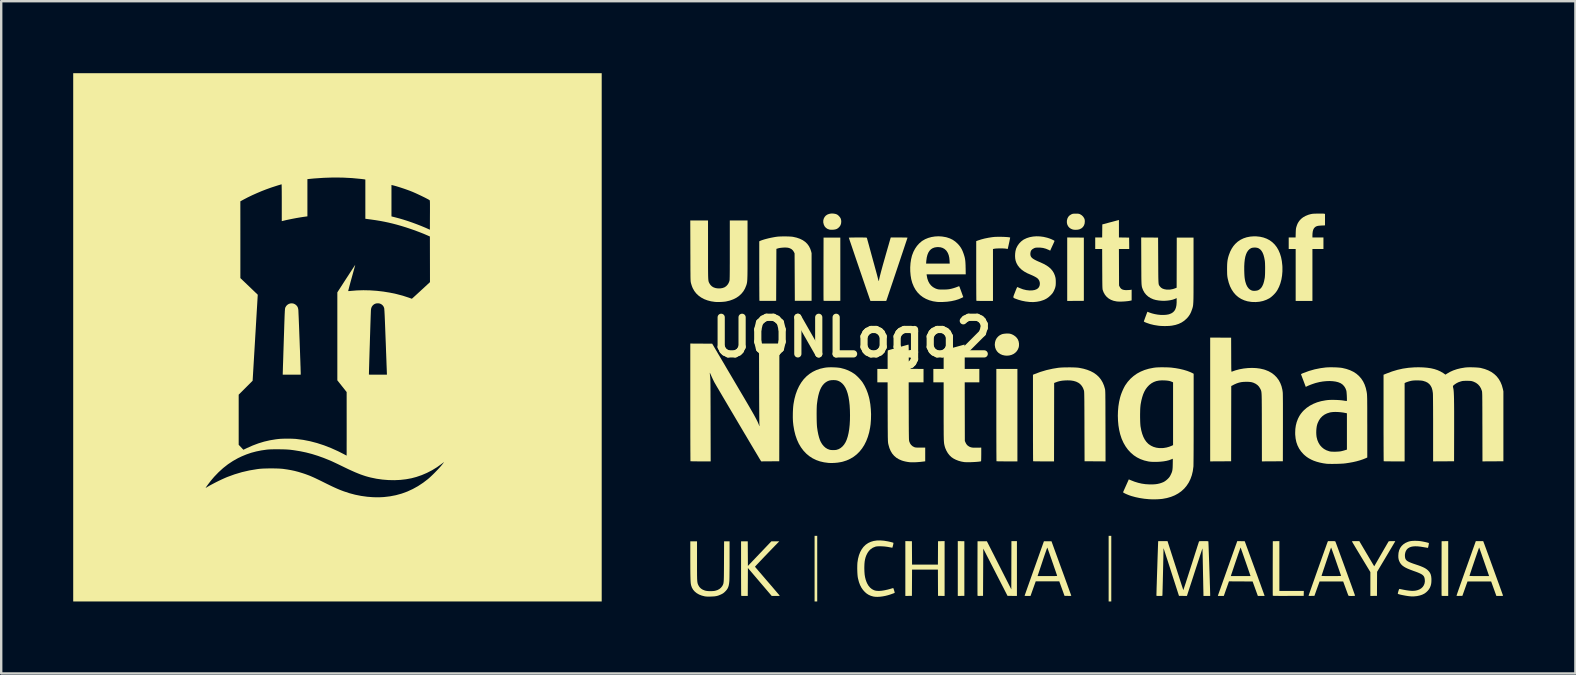
<source format=kicad_pcb>
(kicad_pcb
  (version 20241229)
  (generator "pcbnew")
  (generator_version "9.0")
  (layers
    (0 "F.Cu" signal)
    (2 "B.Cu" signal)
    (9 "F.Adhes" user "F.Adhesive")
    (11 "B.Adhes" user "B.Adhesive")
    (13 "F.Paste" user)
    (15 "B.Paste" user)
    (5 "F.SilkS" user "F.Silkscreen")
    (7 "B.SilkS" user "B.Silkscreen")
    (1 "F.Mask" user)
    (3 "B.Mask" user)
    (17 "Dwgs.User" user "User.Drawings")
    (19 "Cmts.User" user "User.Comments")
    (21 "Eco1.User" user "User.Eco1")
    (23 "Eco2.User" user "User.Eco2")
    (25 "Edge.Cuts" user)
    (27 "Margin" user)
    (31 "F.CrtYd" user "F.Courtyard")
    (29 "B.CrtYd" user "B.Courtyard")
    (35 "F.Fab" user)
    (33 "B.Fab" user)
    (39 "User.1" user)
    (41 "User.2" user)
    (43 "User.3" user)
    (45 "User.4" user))
  (footprint "UONLogo2"
    (layer "F.Cu")
    (at 32.439 11.004)
    (property "Reference" "UONLogo2" (at 0 0 0) (layer "F.SilkS") (effects (font (size 1.524 1.524) (thickness 0.3))))
    (attr board_only exclude_from_pos_files exclude_from_bom)
    (fp_poly (pts (xy -1.442 11.004) (xy -1.552 11.004) (xy -1.552 8.27) (xy -1.442 8.27)) (stroke (width 0) (type solid)) (fill yes) (layer "F.SilkS"))
    (fp_poly (pts (xy 10.809 11.004) (xy 10.699 11.004) (xy 10.699 8.27) (xy 10.809 8.27)) (stroke (width 0) (type solid)) (fill yes) (layer "F.SilkS"))
    (fp_poly (pts (xy 4.551 8.492) (xy 4.688 8.495) (xy 4.688 10.77) (xy 4.551 10.772) (xy 4.414 10.775) (xy 4.414 8.489)) (stroke (width 0) (type solid)) (fill yes) (layer "F.SilkS"))
    (fp_poly (pts (xy 9.32 -4.158) (xy 9.666 -4.155) (xy 9.666 -1.521) (xy 9.32 -1.519) (xy 8.973 -1.516) (xy 8.973 -4.16)) (stroke (width 0) (type solid)) (fill yes) (layer "F.SilkS"))
    (fp_poly (pts (xy 3.865 10.775) (xy 3.728 10.772) (xy 3.591 10.77) (xy 3.588 10.223) (xy 3.586 9.677) (xy 2.509 9.677) (xy 2.506 10.223) (xy 2.503 10.77) (xy 2.366 10.772) (xy 2.229 10.775) (xy 2.229 8.489) (xy 2.366 8.492) (xy 2.503 8.495) (xy 2.509 9.468) (xy 3.586 9.468) (xy 3.591 8.495) (xy 3.728 8.492) (xy 3.865 8.489)) (stroke (width 0) (type solid)) (fill yes) (layer "F.SilkS"))
    (fp_poly (pts (xy 24.846 10.775) (xy 24.711 10.775) (xy 24.651 10.774) (xy 24.61 10.772) (xy 24.584 10.769) (xy 24.572 10.764) (xy 24.571 10.762) (xy 24.57 10.751) (xy 24.57 10.721) (xy 24.569 10.673) (xy 24.569 10.609) (xy 24.569 10.531) (xy 24.568 10.439) (xy 24.568 10.334) (xy 24.568 10.219) (xy 24.568 10.094) (xy 24.568 9.96) (xy 24.568 9.819) (xy 24.569 9.673) (xy 24.569 9.622) (xy 24.571 8.495) (xy 24.708 8.492) (xy 24.846 8.489)) (stroke (width 0) (type solid)) (fill yes) (layer "F.SilkS"))
    (fp_poly (pts (xy -0.48 -1.521) (xy -0.827 -1.519) (xy -0.923 -1.518) (xy -1.001 -1.518) (xy -1.063 -1.519) (xy -1.109 -1.519) (xy -1.143 -1.521) (xy -1.164 -1.523) (xy -1.175 -1.526) (xy -1.178 -1.529) (xy -1.179 -1.54) (xy -1.179 -1.57) (xy -1.18 -1.618) (xy -1.18 -1.682) (xy -1.181 -1.761) (xy -1.181 -1.855) (xy -1.181 -1.961) (xy -1.181 -2.079) (xy -1.181 -2.207) (xy -1.181 -2.345) (xy -1.181 -2.491) (xy -1.181 -2.644) (xy -1.181 -2.802) (xy -1.181 -2.848) (xy -1.178 -4.155) (xy -0.48 -4.155)) (stroke (width 0) (type solid)) (fill yes) (layer "F.SilkS"))
    (fp_poly (pts (xy 6.898 5.168) (xy 6.466 5.168) (xy 6.375 5.168) (xy 6.29 5.167) (xy 6.213 5.167) (xy 6.147 5.166) (xy 6.093 5.165) (xy 6.054 5.163) (xy 6.032 5.162) (xy 6.027 5.161) (xy 6.026 5.151) (xy 6.025 5.121) (xy 6.025 5.074) (xy 6.024 5.009) (xy 6.024 4.928) (xy 6.023 4.833) (xy 6.022 4.723) (xy 6.022 4.6) (xy 6.022 4.464) (xy 6.021 4.318) (xy 6.021 4.161) (xy 6.021 3.995) (xy 6.02 3.821) (xy 6.02 3.639) (xy 6.02 3.45) (xy 6.02 3.257) (xy 6.02 3.236) (xy 6.02 1.317) (xy 6.898 1.317)) (stroke (width 0) (type solid)) (fill yes) (layer "F.SilkS"))
    (fp_poly (pts (xy 17.812 10.565) (xy 18.83 10.565) (xy 18.828 10.667) (xy 18.825 10.77) (xy 18.184 10.772) (xy 18.05 10.773) (xy 17.934 10.773) (xy 17.836 10.773) (xy 17.755 10.772) (xy 17.689 10.772) (xy 17.636 10.771) (xy 17.596 10.77) (xy 17.567 10.768) (xy 17.549 10.766) (xy 17.539 10.764) (xy 17.537 10.762) (xy 17.537 10.751) (xy 17.536 10.721) (xy 17.536 10.673) (xy 17.535 10.609) (xy 17.535 10.531) (xy 17.535 10.439) (xy 17.535 10.334) (xy 17.535 10.219) (xy 17.535 10.094) (xy 17.535 9.96) (xy 17.535 9.819) (xy 17.535 9.673) (xy 17.535 9.622) (xy 17.538 8.495) (xy 17.675 8.492) (xy 17.812 8.489)) (stroke (width 0) (type solid)) (fill yes) (layer "F.SilkS"))
    (fp_poly (pts (xy -0.699 -5.145) (xy -0.668 -5.137) (xy -0.63 -5.123) (xy -0.6 -5.107) (xy -0.57 -5.084) (xy -0.539 -5.055) (xy -0.491 -4.998) (xy -0.46 -4.941) (xy -0.445 -4.878) (xy -0.441 -4.818) (xy -0.449 -4.74) (xy -0.472 -4.672) (xy -0.511 -4.612) (xy -0.525 -4.596) (xy -0.576 -4.548) (xy -0.632 -4.514) (xy -0.696 -4.494) (xy -0.773 -4.484) (xy -0.799 -4.483) (xy -0.846 -4.483) (xy -0.89 -4.484) (xy -0.924 -4.488) (xy -0.936 -4.49) (xy -1.014 -4.518) (xy -1.079 -4.562) (xy -1.13 -4.619) (xy -1.166 -4.69) (xy -1.187 -4.772) (xy -1.19 -4.79) (xy -1.189 -4.872) (xy -1.169 -4.948) (xy -1.132 -5.017) (xy -1.083 -5.072) (xy -1.023 -5.113) (xy -0.951 -5.141) (xy -0.87 -5.157) (xy -0.785 -5.158)) (stroke (width 0) (type solid)) (fill yes) (layer "F.SilkS"))
    (fp_poly (pts (xy 6.561 -0.155) (xy 6.592 -0.15) (xy 6.669 -0.126) (xy 6.744 -0.087) (xy 6.813 -0.038) (xy 6.871 0.02) (xy 6.914 0.082) (xy 6.917 0.087) (xy 6.95 0.173) (xy 6.965 0.265) (xy 6.963 0.357) (xy 6.953 0.414) (xy 6.92 0.5) (xy 6.872 0.577) (xy 6.81 0.641) (xy 6.736 0.694) (xy 6.651 0.732) (xy 6.558 0.756) (xy 6.458 0.764) (xy 6.374 0.758) (xy 6.274 0.736) (xy 6.186 0.698) (xy 6.111 0.647) (xy 6.049 0.583) (xy 6.002 0.507) (xy 5.971 0.421) (xy 5.957 0.326) (xy 5.956 0.299) (xy 5.966 0.203) (xy 5.992 0.114) (xy 6.035 0.035) (xy 6.094 -0.033) (xy 6.166 -0.089) (xy 6.252 -0.13) (xy 6.254 -0.131) (xy 6.303 -0.143) (xy 6.365 -0.152) (xy 6.433 -0.158) (xy 6.5 -0.159)) (stroke (width 0) (type solid)) (fill yes) (layer "F.SilkS"))
    (fp_poly (pts (xy 6.878 10.775) (xy 6.486 10.77) (xy 5.981 9.786) (xy 5.476 8.802) (xy 5.466 10.77) (xy 5.354 10.772) (xy 5.301 10.773) (xy 5.266 10.772) (xy 5.245 10.769) (xy 5.237 10.763) (xy 5.237 10.762) (xy 5.236 10.751) (xy 5.235 10.721) (xy 5.235 10.673) (xy 5.235 10.61) (xy 5.234 10.531) (xy 5.234 10.439) (xy 5.234 10.334) (xy 5.234 10.219) (xy 5.234 10.094) (xy 5.234 9.96) (xy 5.234 9.819) (xy 5.234 9.673) (xy 5.234 9.622) (xy 5.237 8.495) (xy 5.626 8.495) (xy 5.856 8.949) (xy 5.907 9.048) (xy 5.964 9.161) (xy 6.027 9.285) (xy 6.093 9.415) (xy 6.16 9.547) (xy 6.227 9.679) (xy 6.291 9.806) (xy 6.351 9.924) (xy 6.365 9.951) (xy 6.644 10.5) (xy 6.646 9.495) (xy 6.649 8.49) (xy 6.878 8.49)) (stroke (width 0) (type solid)) (fill yes) (layer "F.SilkS"))
    (fp_poly (pts (xy 9.386 -5.152) (xy 9.425 -5.151) (xy 9.453 -5.147) (xy 9.477 -5.141) (xy 9.501 -5.132) (xy 9.513 -5.126) (xy 9.581 -5.084) (xy 9.638 -5.027) (xy 9.68 -4.96) (xy 9.694 -4.926) (xy 9.702 -4.895) (xy 9.705 -4.858) (xy 9.706 -4.819) (xy 9.697 -4.734) (xy 9.67 -4.66) (xy 9.628 -4.596) (xy 9.571 -4.545) (xy 9.499 -4.507) (xy 9.463 -4.495) (xy 9.412 -4.485) (xy 9.351 -4.481) (xy 9.288 -4.481) (xy 9.23 -4.487) (xy 9.202 -4.493) (xy 9.127 -4.523) (xy 9.064 -4.567) (xy 9.014 -4.624) (xy 8.979 -4.691) (xy 8.96 -4.766) (xy 8.959 -4.847) (xy 8.963 -4.88) (xy 8.985 -4.96) (xy 9.021 -5.025) (xy 9.071 -5.078) (xy 9.137 -5.12) (xy 9.148 -5.125) (xy 9.174 -5.137) (xy 9.198 -5.145) (xy 9.224 -5.149) (xy 9.256 -5.152) (xy 9.301 -5.153) (xy 9.332 -5.153)) (stroke (width 0) (type solid)) (fill yes) (layer "F.SilkS"))
    (fp_poly (pts (xy 19.594 -5.155) (xy 19.638 -5.154) (xy 19.666 -5.152) (xy 19.673 -5.151) (xy 19.713 -5.142) (xy 19.713 -4.664) (xy 19.568 -4.658) (xy 19.493 -4.653) (xy 19.434 -4.647) (xy 19.388 -4.637) (xy 19.35 -4.623) (xy 19.317 -4.605) (xy 19.295 -4.588) (xy 19.254 -4.544) (xy 19.224 -4.486) (xy 19.203 -4.413) (xy 19.192 -4.325) (xy 19.189 -4.247) (xy 19.189 -4.16) (xy 19.648 -4.16) (xy 19.648 -3.681) (xy 19.189 -3.681) (xy 19.189 -1.516) (xy 18.491 -1.516) (xy 18.491 -3.681) (xy 18.201 -3.681) (xy 18.201 -4.16) (xy 18.488 -4.16) (xy 18.493 -4.342) (xy 18.495 -4.411) (xy 18.498 -4.464) (xy 18.501 -4.506) (xy 18.506 -4.54) (xy 18.513 -4.573) (xy 18.523 -4.607) (xy 18.524 -4.612) (xy 18.549 -4.685) (xy 18.575 -4.746) (xy 18.607 -4.801) (xy 18.645 -4.856) (xy 18.715 -4.933) (xy 18.801 -5.001) (xy 18.903 -5.058) (xy 19.018 -5.105) (xy 19.084 -5.124) (xy 19.119 -5.133) (xy 19.151 -5.14) (xy 19.183 -5.145) (xy 19.219 -5.149) (xy 19.264 -5.151) (xy 19.32 -5.153) (xy 19.392 -5.155) (xy 19.408 -5.155) (xy 19.476 -5.156) (xy 19.539 -5.156)) (stroke (width 0) (type solid)) (fill yes) (layer "F.SilkS"))
    (fp_poly (pts (xy 21.429 8.976) (xy 21.483 9.067) (xy 21.534 9.154) (xy 21.582 9.235) (xy 21.626 9.309) (xy 21.664 9.373) (xy 21.695 9.426) (xy 21.719 9.466) (xy 21.735 9.492) (xy 21.74 9.501) (xy 21.764 9.539) (xy 22.058 9.028) (xy 22.112 8.935) (xy 22.162 8.847) (xy 22.209 8.766) (xy 22.252 8.693) (xy 22.288 8.629) (xy 22.319 8.577) (xy 22.342 8.537) (xy 22.357 8.512) (xy 22.363 8.503) (xy 22.374 8.497) (xy 22.398 8.493) (xy 22.436 8.491) (xy 22.491 8.49) (xy 22.507 8.49) (xy 22.556 8.49) (xy 22.597 8.491) (xy 22.626 8.492) (xy 22.64 8.494) (xy 22.641 8.494) (xy 22.636 8.503) (xy 22.621 8.528) (xy 22.598 8.567) (xy 22.567 8.619) (xy 22.529 8.683) (xy 22.485 8.758) (xy 22.435 8.841) (xy 22.381 8.933) (xy 22.323 9.03) (xy 22.262 9.133) (xy 21.883 9.768) (xy 21.88 10.269) (xy 21.878 10.77) (xy 21.74 10.772) (xy 21.603 10.775) (xy 21.603 9.779) (xy 21.219 9.145) (xy 21.157 9.042) (xy 21.098 8.944) (xy 21.043 8.853) (xy 20.993 8.769) (xy 20.948 8.694) (xy 20.91 8.629) (xy 20.878 8.576) (xy 20.855 8.536) (xy 20.84 8.51) (xy 20.835 8.5) (xy 20.835 8.5) (xy 20.845 8.496) (xy 20.873 8.493) (xy 20.92 8.491) (xy 20.983 8.49) (xy 20.989 8.49) (xy 21.142 8.49)) (stroke (width 0) (type solid)) (fill yes) (layer "F.SilkS"))
    (fp_poly (pts (xy 6.181 -4.189) (xy 6.258 -4.187) (xy 6.334 -4.185) (xy 6.405 -4.181) (xy 6.469 -4.177) (xy 6.524 -4.172) (xy 6.565 -4.166) (xy 6.59 -4.159) (xy 6.596 -4.156) (xy 6.595 -4.146) (xy 6.59 -4.12) (xy 6.582 -4.08) (xy 6.572 -4.032) (xy 6.561 -3.976) (xy 6.548 -3.918) (xy 6.535 -3.859) (xy 6.523 -3.805) (xy 6.512 -3.756) (xy 6.504 -3.718) (xy 6.497 -3.692) (xy 6.495 -3.684) (xy 6.483 -3.683) (xy 6.459 -3.687) (xy 6.432 -3.692) (xy 6.395 -3.698) (xy 6.342 -3.702) (xy 6.278 -3.705) (xy 6.209 -3.706) (xy 6.138 -3.705) (xy 6.07 -3.703) (xy 6.011 -3.7) (xy 5.964 -3.695) (xy 5.948 -3.693) (xy 5.88 -3.679) (xy 5.88 -1.516) (xy 5.538 -1.516) (xy 5.457 -1.517) (xy 5.383 -1.517) (xy 5.317 -1.518) (xy 5.263 -1.519) (xy 5.221 -1.52) (xy 5.196 -1.522) (xy 5.189 -1.523) (xy 5.188 -1.534) (xy 5.187 -1.563) (xy 5.186 -1.61) (xy 5.186 -1.673) (xy 5.185 -1.752) (xy 5.184 -1.844) (xy 5.184 -1.949) (xy 5.183 -2.065) (xy 5.183 -2.192) (xy 5.182 -2.328) (xy 5.182 -2.472) (xy 5.182 -2.622) (xy 5.182 -2.769) (xy 5.182 -4.009) (xy 5.269 -4.04) (xy 5.396 -4.081) (xy 5.538 -4.118) (xy 5.687 -4.148) (xy 5.838 -4.172) (xy 5.914 -4.181) (xy 5.969 -4.185) (xy 6.033 -4.187) (xy 6.105 -4.189)) (stroke (width 0) (type solid)) (fill yes) (layer "F.SilkS"))
    (fp_poly (pts (xy 11.128 -4.161) (xy 11.34 -4.158) (xy 11.552 -4.155) (xy 11.555 -3.918) (xy 11.557 -3.681) (xy 11.127 -3.681) (xy 11.13 -2.921) (xy 11.133 -2.16) (xy 11.161 -2.102) (xy 11.192 -2.053) (xy 11.23 -2.016) (xy 11.279 -1.99) (xy 11.34 -1.974) (xy 11.415 -1.967) (xy 11.497 -1.969) (xy 11.545 -1.972) (xy 11.588 -1.975) (xy 11.619 -1.979) (xy 11.634 -1.981) (xy 11.657 -1.988) (xy 11.657 -1.538) (xy 11.609 -1.528) (xy 11.543 -1.515) (xy 11.463 -1.505) (xy 11.376 -1.497) (xy 11.285 -1.491) (xy 11.197 -1.489) (xy 11.117 -1.49) (xy 11.049 -1.494) (xy 11.029 -1.497) (xy 10.906 -1.522) (xy 10.796 -1.563) (xy 10.699 -1.619) (xy 10.616 -1.689) (xy 10.546 -1.773) (xy 10.491 -1.87) (xy 10.453 -1.97) (xy 10.45 -1.982) (xy 10.447 -1.996) (xy 10.445 -2.014) (xy 10.443 -2.036) (xy 10.441 -2.064) (xy 10.439 -2.099) (xy 10.438 -2.143) (xy 10.437 -2.197) (xy 10.436 -2.263) (xy 10.435 -2.341) (xy 10.434 -2.434) (xy 10.434 -2.542) (xy 10.433 -2.667) (xy 10.432 -2.81) (xy 10.432 -2.856) (xy 10.429 -3.681) (xy 10.14 -3.681) (xy 10.14 -4.16) (xy 10.429 -4.16) (xy 10.432 -4.432) (xy 10.435 -4.704) (xy 10.759 -4.791) (xy 10.837 -4.811) (xy 10.91 -4.831) (xy 10.974 -4.848) (xy 11.029 -4.863) (xy 11.071 -4.874) (xy 11.097 -4.881) (xy 11.106 -4.883) (xy 11.128 -4.889)) (stroke (width 0) (type solid)) (fill yes) (layer "F.SilkS"))
    (fp_poly (pts (xy -2.722 -4.204) (xy -2.636 -4.202) (xy -2.558 -4.198) (xy -2.493 -4.193) (xy -2.445 -4.186) (xy -2.296 -4.152) (xy -2.163 -4.106) (xy -2.045 -4.048) (xy -1.944 -3.978) (xy -1.858 -3.895) (xy -1.788 -3.8) (xy -1.734 -3.693) (xy -1.699 -3.591) (xy -1.677 -3.507) (xy -1.677 -1.521) (xy -2.375 -1.521) (xy -2.385 -3.497) (xy -2.411 -3.552) (xy -2.453 -3.618) (xy -2.508 -3.67) (xy -2.578 -3.709) (xy -2.65 -3.731) (xy -2.7 -3.738) (xy -2.764 -3.741) (xy -2.835 -3.74) (xy -2.908 -3.735) (xy -2.978 -3.727) (xy -3.039 -3.717) (xy -3.063 -3.71) (xy -3.143 -3.686) (xy -3.148 -2.604) (xy -3.153 -1.521) (xy -3.498 -1.519) (xy -3.579 -1.518) (xy -3.654 -1.518) (xy -3.72 -1.519) (xy -3.775 -1.519) (xy -3.816 -1.52) (xy -3.842 -1.522) (xy -3.85 -1.523) (xy -3.851 -1.534) (xy -3.852 -1.563) (xy -3.852 -1.61) (xy -3.853 -1.673) (xy -3.854 -1.751) (xy -3.854 -1.844) (xy -3.855 -1.949) (xy -3.855 -2.065) (xy -3.856 -2.192) (xy -3.856 -2.328) (xy -3.856 -2.471) (xy -3.857 -2.622) (xy -3.857 -2.765) (xy -3.857 -4) (xy -3.829 -4.014) (xy -3.783 -4.034) (xy -3.721 -4.056) (xy -3.645 -4.08) (xy -3.56 -4.103) (xy -3.47 -4.126) (xy -3.376 -4.147) (xy -3.283 -4.165) (xy -3.195 -4.181) (xy -3.118 -4.192) (xy -3.057 -4.198) (xy -2.982 -4.202) (xy -2.899 -4.204) (xy -2.81 -4.205)) (stroke (width 0) (type solid)) (fill yes) (layer "F.SilkS"))
    (fp_poly (pts (xy -23.261 -1.406) (xy -23.198 -1.378) (xy -23.148 -1.339) (xy -23.109 -1.295) (xy -23.083 -1.247) (xy -23.067 -1.188) (xy -23.061 -1.149) (xy -23.059 -1.132) (xy -23.057 -1.096) (xy -23.055 -1.043) (xy -23.052 -0.974) (xy -23.048 -0.891) (xy -23.044 -0.796) (xy -23.04 -0.69) (xy -23.035 -0.574) (xy -23.03 -0.45) (xy -23.025 -0.319) (xy -23.02 -0.183) (xy -23.015 -0.044) (xy -23.009 0.098) (xy -23.004 0.241) (xy -22.999 0.383) (xy -22.993 0.523) (xy -22.988 0.659) (xy -22.984 0.791) (xy -22.979 0.915) (xy -22.975 1.032) (xy -22.972 1.139) (xy -22.968 1.235) (xy -22.966 1.319) (xy -22.964 1.388) (xy -22.962 1.442) (xy -22.961 1.48) (xy -22.961 1.494) (xy -22.961 1.556) (xy -23.71 1.556) (xy -23.709 1.509) (xy -23.709 1.493) (xy -23.708 1.459) (xy -23.706 1.407) (xy -23.704 1.339) (xy -23.702 1.256) (xy -23.699 1.159) (xy -23.695 1.049) (xy -23.691 0.927) (xy -23.687 0.796) (xy -23.683 0.655) (xy -23.678 0.507) (xy -23.673 0.352) (xy -23.668 0.192) (xy -23.666 0.135) (xy -23.66 -0.055) (xy -23.654 -0.226) (xy -23.649 -0.378) (xy -23.645 -0.514) (xy -23.641 -0.634) (xy -23.637 -0.74) (xy -23.634 -0.832) (xy -23.631 -0.911) (xy -23.628 -0.978) (xy -23.625 -1.035) (xy -23.623 -1.082) (xy -23.62 -1.12) (xy -23.618 -1.152) (xy -23.616 -1.176) (xy -23.613 -1.196) (xy -23.611 -1.21) (xy -23.608 -1.222) (xy -23.606 -1.231) (xy -23.603 -1.239) (xy -23.601 -1.243) (xy -23.564 -1.307) (xy -23.515 -1.356) (xy -23.457 -1.392) (xy -23.394 -1.412) (xy -23.327 -1.417)) (stroke (width 0) (type solid)) (fill yes) (layer "F.SilkS"))
    (fp_poly (pts (xy -4.333 9.012) (xy -4.33 9.524) (xy -3.842 9.012) (xy -3.354 8.5) (xy -3.024 8.5) (xy -3.105 8.582) (xy -3.176 8.655) (xy -3.251 8.733) (xy -3.329 8.813) (xy -3.408 8.895) (xy -3.488 8.978) (xy -3.566 9.06) (xy -3.643 9.139) (xy -3.716 9.216) (xy -3.784 9.288) (xy -3.847 9.354) (xy -3.902 9.413) (xy -3.95 9.463) (xy -3.988 9.504) (xy -4.015 9.534) (xy -4.031 9.552) (xy -4.034 9.557) (xy -4.028 9.566) (xy -4.009 9.589) (xy -3.979 9.624) (xy -3.939 9.671) (xy -3.89 9.729) (xy -3.833 9.795) (xy -3.768 9.87) (xy -3.698 9.952) (xy -3.623 10.04) (xy -3.544 10.132) (xy -3.522 10.157) (xy -3.442 10.25) (xy -3.365 10.339) (xy -3.293 10.423) (xy -3.227 10.501) (xy -3.168 10.57) (xy -3.116 10.631) (xy -3.073 10.681) (xy -3.04 10.72) (xy -3.017 10.747) (xy -3.006 10.76) (xy -3.006 10.761) (xy -3.006 10.766) (xy -3.015 10.77) (xy -3.035 10.772) (xy -3.068 10.774) (xy -3.118 10.774) (xy -3.167 10.775) (xy -3.337 10.775) (xy -3.834 10.192) (xy -4.33 9.609) (xy -4.333 10.192) (xy -4.336 10.775) (xy -4.469 10.775) (xy -4.518 10.774) (xy -4.56 10.773) (xy -4.591 10.771) (xy -4.607 10.768) (xy -4.608 10.768) (xy -4.609 10.757) (xy -4.61 10.728) (xy -4.611 10.681) (xy -4.611 10.618) (xy -4.612 10.54) (xy -4.613 10.449) (xy -4.613 10.345) (xy -4.614 10.23) (xy -4.614 10.105) (xy -4.615 9.972) (xy -4.615 9.831) (xy -4.615 9.685) (xy -4.615 9.631) (xy -4.615 8.5) (xy -4.336 8.5)) (stroke (width 0) (type solid)) (fill yes) (layer "F.SilkS"))
    (fp_poly (pts (xy 15.802 0.015) (xy 15.805 0.727) (xy 15.805 0.863) (xy 15.806 0.981) (xy 15.806 1.082) (xy 15.807 1.166) (xy 15.807 1.236) (xy 15.808 1.293) (xy 15.809 1.338) (xy 15.811 1.372) (xy 15.812 1.397) (xy 15.814 1.414) (xy 15.816 1.425) (xy 15.819 1.431) (xy 15.822 1.432) (xy 15.824 1.432) (xy 15.984 1.375) (xy 16.152 1.33) (xy 16.325 1.299) (xy 16.5 1.28) (xy 16.674 1.274) (xy 16.844 1.281) (xy 17.007 1.302) (xy 17.16 1.337) (xy 17.222 1.356) (xy 17.362 1.412) (xy 17.488 1.483) (xy 17.6 1.568) (xy 17.698 1.666) (xy 17.781 1.777) (xy 17.849 1.901) (xy 17.901 2.036) (xy 17.937 2.184) (xy 17.951 2.28) (xy 17.953 2.304) (xy 17.955 2.342) (xy 17.956 2.395) (xy 17.957 2.463) (xy 17.958 2.547) (xy 17.959 2.648) (xy 17.96 2.765) (xy 17.96 2.9) (xy 17.96 3.052) (xy 17.96 3.223) (xy 17.96 3.412) (xy 17.96 3.62) (xy 17.96 3.771) (xy 17.957 5.163) (xy 17.084 5.168) (xy 17.082 3.744) (xy 17.081 3.544) (xy 17.081 3.363) (xy 17.081 3.2) (xy 17.08 3.053) (xy 17.08 2.923) (xy 17.079 2.807) (xy 17.078 2.706) (xy 17.078 2.617) (xy 17.076 2.539) (xy 17.075 2.473) (xy 17.073 2.416) (xy 17.071 2.368) (xy 17.068 2.328) (xy 17.065 2.294) (xy 17.061 2.266) (xy 17.057 2.243) (xy 17.052 2.223) (xy 17.046 2.206) (xy 17.04 2.19) (xy 17.032 2.175) (xy 17.024 2.159) (xy 17.016 2.142) (xy 17.009 2.129) (xy 16.961 2.052) (xy 16.897 1.986) (xy 16.818 1.932) (xy 16.728 1.89) (xy 16.652 1.868) (xy 16.598 1.86) (xy 16.528 1.854) (xy 16.44 1.852) (xy 16.43 1.852) (xy 16.319 1.856) (xy 16.22 1.867) (xy 16.129 1.887) (xy 16.038 1.917) (xy 15.943 1.958) (xy 15.904 1.978) (xy 15.807 2.027) (xy 15.802 5.163) (xy 14.929 5.168) (xy 14.929 0.01)) (stroke (width 0) (type solid)) (fill yes) (layer "F.SilkS"))
    (fp_poly (pts (xy 8.729 9.627) (xy 8.782 9.771) (xy 8.833 9.91) (xy 8.881 10.043) (xy 8.926 10.168) (xy 8.969 10.285) (xy 9.007 10.391) (xy 9.042 10.487) (xy 9.072 10.571) (xy 9.098 10.641) (xy 9.118 10.697) (xy 9.132 10.738) (xy 9.141 10.761) (xy 9.142 10.767) (xy 9.133 10.77) (xy 9.107 10.772) (xy 9.069 10.773) (xy 9.021 10.773) (xy 9.002 10.772) (xy 8.861 10.77) (xy 8.792 10.58) (xy 8.768 10.513) (xy 8.742 10.443) (xy 8.718 10.376) (xy 8.697 10.318) (xy 8.683 10.278) (xy 8.642 10.166) (xy 7.661 10.166) (xy 7.552 10.47) (xy 7.444 10.775) (xy 7.32 10.775) (xy 7.274 10.774) (xy 7.235 10.772) (xy 7.208 10.77) (xy 7.198 10.767) (xy 7.197 10.767) (xy 7.201 10.757) (xy 7.21 10.729) (xy 7.226 10.685) (xy 7.247 10.625) (xy 7.273 10.551) (xy 7.303 10.465) (xy 7.338 10.366) (xy 7.377 10.257) (xy 7.419 10.138) (xy 7.464 10.01) (xy 7.487 9.947) (xy 7.738 9.947) (xy 8.147 9.947) (xy 8.248 9.946) (xy 8.331 9.946) (xy 8.398 9.946) (xy 8.45 9.945) (xy 8.489 9.944) (xy 8.517 9.943) (xy 8.535 9.941) (xy 8.546 9.938) (xy 8.551 9.935) (xy 8.552 9.931) (xy 8.552 9.929) (xy 8.547 9.915) (xy 8.537 9.884) (xy 8.521 9.839) (xy 8.502 9.781) (xy 8.478 9.712) (xy 8.451 9.635) (xy 8.422 9.552) (xy 8.392 9.463) (xy 8.36 9.373) (xy 8.329 9.281) (xy 8.297 9.191) (xy 8.267 9.105) (xy 8.239 9.023) (xy 8.213 8.95) (xy 8.19 8.885) (xy 8.171 8.832) (xy 8.157 8.792) (xy 8.148 8.768) (xy 8.145 8.76) (xy 8.141 8.767) (xy 8.13 8.791) (xy 8.114 8.833) (xy 8.093 8.892) (xy 8.067 8.966) (xy 8.036 9.054) (xy 8.001 9.157) (xy 7.962 9.273) (xy 7.938 9.347) (xy 7.738 9.947) (xy 7.487 9.947) (xy 7.512 9.876) (xy 7.562 9.735) (xy 7.601 9.627) (xy 8.003 8.495) (xy 8.317 8.495)) (stroke (width 0) (type solid)) (fill yes) (layer "F.SilkS"))
    (fp_poly (pts (xy 16.214 8.492) (xy 16.369 8.495) (xy 16.777 9.612) (xy 16.829 9.756) (xy 16.88 9.894) (xy 16.928 10.027) (xy 16.973 10.152) (xy 17.016 10.268) (xy 17.054 10.375) (xy 17.089 10.471) (xy 17.119 10.555) (xy 17.145 10.626) (xy 17.165 10.682) (xy 17.18 10.722) (xy 17.188 10.746) (xy 17.19 10.752) (xy 17.196 10.775) (xy 16.916 10.775) (xy 16.875 10.662) (xy 16.858 10.616) (xy 16.837 10.556) (xy 16.812 10.489) (xy 16.787 10.419) (xy 16.766 10.361) (xy 16.697 10.171) (xy 16.204 10.169) (xy 15.712 10.166) (xy 15.634 10.388) (xy 15.609 10.457) (xy 15.585 10.524) (xy 15.563 10.587) (xy 15.544 10.64) (xy 15.53 10.681) (xy 15.526 10.692) (xy 15.496 10.775) (xy 15.372 10.775) (xy 15.325 10.774) (xy 15.286 10.774) (xy 15.259 10.772) (xy 15.248 10.771) (xy 15.248 10.771) (xy 15.252 10.761) (xy 15.261 10.734) (xy 15.276 10.691) (xy 15.296 10.634) (xy 15.321 10.563) (xy 15.351 10.48) (xy 15.383 10.387) (xy 15.42 10.285) (xy 15.458 10.176) (xy 15.499 10.06) (xy 15.54 9.947) (xy 15.788 9.947) (xy 16.612 9.947) (xy 16.407 9.354) (xy 16.37 9.25) (xy 16.336 9.151) (xy 16.304 9.06) (xy 16.276 8.978) (xy 16.25 8.906) (xy 16.229 8.847) (xy 16.213 8.801) (xy 16.202 8.77) (xy 16.196 8.756) (xy 16.196 8.756) (xy 16.192 8.764) (xy 16.182 8.79) (xy 16.167 8.831) (xy 16.148 8.887) (xy 16.124 8.955) (xy 16.096 9.034) (xy 16.066 9.123) (xy 16.033 9.22) (xy 15.998 9.323) (xy 15.989 9.349) (xy 15.788 9.947) (xy 15.54 9.947) (xy 15.542 9.94) (xy 15.586 9.816) (xy 15.63 9.691) (xy 15.675 9.564) (xy 15.72 9.439) (xy 15.763 9.316) (xy 15.806 9.197) (xy 15.846 9.083) (xy 15.884 8.975) (xy 15.92 8.875) (xy 15.952 8.785) (xy 15.98 8.705) (xy 16.005 8.638) (xy 16.024 8.584) (xy 16.038 8.545) (xy 16.046 8.522) (xy 16.048 8.517) (xy 16.059 8.489)) (stroke (width 0) (type solid)) (fill yes) (layer "F.SilkS"))
    (fp_poly (pts (xy -6.45 9.315) (xy -6.45 9.469) (xy -6.45 9.604) (xy -6.45 9.722) (xy -6.449 9.824) (xy -6.449 9.912) (xy -6.447 9.986) (xy -6.446 10.049) (xy -6.443 10.102) (xy -6.44 10.146) (xy -6.437 10.182) (xy -6.432 10.213) (xy -6.427 10.239) (xy -6.421 10.261) (xy -6.414 10.282) (xy -6.405 10.302) (xy -6.396 10.323) (xy -6.392 10.332) (xy -6.347 10.404) (xy -6.287 10.465) (xy -6.212 10.513) (xy -6.124 10.548) (xy -6.076 10.56) (xy -6.022 10.568) (xy -5.955 10.573) (xy -5.882 10.574) (xy -5.809 10.572) (xy -5.744 10.567) (xy -5.7 10.56) (xy -5.606 10.532) (xy -5.524 10.49) (xy -5.456 10.435) (xy -5.402 10.368) (xy -5.39 10.347) (xy -5.38 10.328) (xy -5.371 10.311) (xy -5.363 10.292) (xy -5.356 10.273) (xy -5.35 10.25) (xy -5.346 10.223) (xy -5.341 10.19) (xy -5.338 10.151) (xy -5.335 10.102) (xy -5.333 10.044) (xy -5.331 9.975) (xy -5.33 9.894) (xy -5.329 9.799) (xy -5.328 9.688) (xy -5.327 9.561) (xy -5.326 9.416) (xy -5.326 9.33) (xy -5.322 8.5) (xy -5.094 8.5) (xy -5.094 9.271) (xy -5.094 9.396) (xy -5.094 9.519) (xy -5.095 9.636) (xy -5.096 9.747) (xy -5.097 9.848) (xy -5.098 9.939) (xy -5.099 10.018) (xy -5.101 10.082) (xy -5.102 10.13) (xy -5.104 10.16) (xy -5.104 10.161) (xy -5.114 10.256) (xy -5.128 10.335) (xy -5.148 10.402) (xy -5.175 10.461) (xy -5.21 10.515) (xy -5.255 10.567) (xy -5.274 10.586) (xy -5.317 10.628) (xy -5.356 10.659) (xy -5.398 10.685) (xy -5.444 10.708) (xy -5.512 10.738) (xy -5.575 10.762) (xy -5.638 10.778) (xy -5.707 10.79) (xy -5.785 10.796) (xy -5.878 10.8) (xy -5.882 10.8) (xy -5.966 10.801) (xy -6.033 10.8) (xy -6.087 10.796) (xy -6.131 10.79) (xy -6.255 10.758) (xy -6.366 10.714) (xy -6.463 10.658) (xy -6.545 10.591) (xy -6.612 10.514) (xy -6.663 10.427) (xy -6.694 10.338) (xy -6.7 10.311) (xy -6.706 10.281) (xy -6.711 10.245) (xy -6.715 10.203) (xy -6.718 10.154) (xy -6.721 10.095) (xy -6.723 10.026) (xy -6.725 9.945) (xy -6.727 9.851) (xy -6.728 9.743) (xy -6.729 9.62) (xy -6.729 9.479) (xy -6.73 9.321) (xy -6.73 9.266) (xy -6.73 8.5) (xy -6.45 8.5)) (stroke (width 0) (type solid)) (fill yes) (layer "F.SilkS"))
    (fp_poly (pts (xy 4.693 0.306) (xy 4.696 0.313) (xy 4.698 0.327) (xy 4.699 0.348) (xy 4.701 0.379) (xy 4.702 0.421) (xy 4.702 0.476) (xy 4.703 0.544) (xy 4.703 0.629) (xy 4.703 0.731) (xy 4.703 0.807) (xy 4.703 1.317) (xy 5.312 1.317) (xy 5.312 1.876) (xy 4.703 1.876) (xy 4.705 3.095) (xy 4.708 4.315) (xy 4.731 4.371) (xy 4.769 4.445) (xy 4.817 4.502) (xy 4.876 4.544) (xy 4.879 4.546) (xy 4.919 4.566) (xy 4.958 4.58) (xy 5.001 4.59) (xy 5.05 4.596) (xy 5.109 4.598) (xy 5.184 4.598) (xy 5.22 4.598) (xy 5.392 4.594) (xy 5.392 4.875) (xy 5.391 4.949) (xy 5.39 5.016) (xy 5.389 5.073) (xy 5.387 5.118) (xy 5.385 5.149) (xy 5.383 5.162) (xy 5.383 5.162) (xy 5.362 5.169) (xy 5.325 5.175) (xy 5.274 5.181) (xy 5.211 5.187) (xy 5.141 5.192) (xy 5.066 5.196) (xy 4.989 5.2) (xy 4.913 5.202) (xy 4.841 5.203) (xy 4.776 5.202) (xy 4.721 5.2) (xy 4.682 5.197) (xy 4.562 5.176) (xy 4.444 5.143) (xy 4.334 5.1) (xy 4.235 5.049) (xy 4.15 4.991) (xy 4.148 4.989) (xy 4.07 4.914) (xy 3.999 4.824) (xy 3.94 4.723) (xy 3.893 4.615) (xy 3.875 4.559) (xy 3.868 4.533) (xy 3.862 4.509) (xy 3.856 4.485) (xy 3.851 4.46) (xy 3.846 4.433) (xy 3.842 4.404) (xy 3.839 4.37) (xy 3.836 4.331) (xy 3.833 4.285) (xy 3.831 4.232) (xy 3.83 4.17) (xy 3.828 4.098) (xy 3.827 4.015) (xy 3.827 3.92) (xy 3.826 3.811) (xy 3.826 3.688) (xy 3.825 3.549) (xy 3.825 3.394) (xy 3.825 3.22) (xy 3.825 3.085) (xy 3.825 1.876) (xy 3.396 1.876) (xy 3.396 1.317) (xy 3.825 1.317) (xy 3.825 0.928) (xy 3.825 0.842) (xy 3.826 0.763) (xy 3.826 0.692) (xy 3.827 0.632) (xy 3.828 0.585) (xy 3.83 0.554) (xy 3.831 0.539) (xy 3.831 0.539) (xy 3.841 0.536) (xy 3.868 0.529) (xy 3.91 0.518) (xy 3.963 0.503) (xy 4.027 0.486) (xy 4.098 0.466) (xy 4.174 0.445) (xy 4.252 0.423) (xy 4.331 0.402) (xy 4.408 0.38) (xy 4.481 0.36) (xy 4.547 0.342) (xy 4.604 0.326) (xy 4.649 0.313) (xy 4.681 0.304) (xy 4.686 0.303) (xy 4.69 0.303)) (stroke (width 0) (type solid)) (fill yes) (layer "F.SilkS"))
    (fp_poly (pts (xy 9.12 1.251) (xy 9.216 1.253) (xy 9.304 1.256) (xy 9.381 1.261) (xy 9.444 1.267) (xy 9.467 1.27) (xy 9.645 1.306) (xy 9.807 1.353) (xy 9.952 1.411) (xy 10.082 1.48) (xy 10.196 1.562) (xy 10.295 1.655) (xy 10.379 1.76) (xy 10.449 1.878) (xy 10.505 2.009) (xy 10.542 2.135) (xy 10.545 2.147) (xy 10.548 2.159) (xy 10.55 2.171) (xy 10.552 2.186) (xy 10.554 2.204) (xy 10.556 2.226) (xy 10.557 2.253) (xy 10.559 2.286) (xy 10.56 2.326) (xy 10.561 2.374) (xy 10.562 2.432) (xy 10.562 2.499) (xy 10.563 2.577) (xy 10.564 2.668) (xy 10.564 2.771) (xy 10.565 2.888) (xy 10.565 3.021) (xy 10.565 3.17) (xy 10.566 3.335) (xy 10.566 3.519) (xy 10.567 3.694) (xy 10.57 5.168) (xy 10.133 5.165) (xy 9.696 5.163) (xy 9.691 3.716) (xy 9.691 3.517) (xy 9.69 3.337) (xy 9.689 3.174) (xy 9.689 3.029) (xy 9.688 2.9) (xy 9.687 2.785) (xy 9.687 2.685) (xy 9.686 2.598) (xy 9.685 2.522) (xy 9.684 2.458) (xy 9.683 2.404) (xy 9.682 2.358) (xy 9.681 2.321) (xy 9.679 2.291) (xy 9.678 2.267) (xy 9.676 2.248) (xy 9.674 2.233) (xy 9.672 2.222) (xy 9.669 2.212) (xy 9.669 2.21) (xy 9.631 2.11) (xy 9.58 2.024) (xy 9.516 1.951) (xy 9.439 1.893) (xy 9.348 1.848) (xy 9.242 1.816) (xy 9.123 1.797) (xy 8.988 1.792) (xy 8.878 1.796) (xy 8.787 1.803) (xy 8.709 1.814) (xy 8.639 1.829) (xy 8.569 1.849) (xy 8.519 1.867) (xy 8.429 1.901) (xy 8.424 5.168) (xy 7.992 5.168) (xy 7.901 5.168) (xy 7.816 5.167) (xy 7.74 5.167) (xy 7.674 5.166) (xy 7.62 5.165) (xy 7.581 5.163) (xy 7.558 5.162) (xy 7.553 5.161) (xy 7.552 5.151) (xy 7.552 5.121) (xy 7.551 5.074) (xy 7.55 5.009) (xy 7.55 4.929) (xy 7.549 4.834) (xy 7.549 4.725) (xy 7.548 4.602) (xy 7.548 4.468) (xy 7.547 4.323) (xy 7.547 4.168) (xy 7.547 4.004) (xy 7.547 3.832) (xy 7.547 3.653) (xy 7.546 3.468) (xy 7.546 3.357) (xy 7.546 1.559) (xy 7.609 1.533) (xy 7.853 1.441) (xy 8.108 1.365) (xy 8.372 1.306) (xy 8.594 1.27) (xy 8.658 1.263) (xy 8.736 1.258) (xy 8.825 1.254) (xy 8.921 1.252) (xy 9.021 1.251)) (stroke (width 0) (type solid)) (fill yes) (layer "F.SilkS"))
    (fp_poly (pts (xy 26.316 8.522) (xy 26.323 8.54) (xy 26.336 8.575) (xy 26.355 8.624) (xy 26.378 8.688) (xy 26.406 8.764) (xy 26.438 8.852) (xy 26.473 8.949) (xy 26.512 9.054) (xy 26.553 9.166) (xy 26.596 9.284) (xy 26.64 9.406) (xy 26.685 9.53) (xy 26.731 9.656) (xy 26.776 9.781) (xy 26.821 9.905) (xy 26.865 10.026) (xy 26.907 10.143) (xy 26.948 10.254) (xy 26.985 10.357) (xy 27.019 10.452) (xy 27.05 10.537) (xy 27.076 10.611) (xy 27.098 10.672) (xy 27.115 10.718) (xy 27.125 10.749) (xy 27.13 10.763) (xy 27.13 10.763) (xy 27.122 10.768) (xy 27.098 10.772) (xy 27.056 10.774) (xy 26.995 10.775) (xy 26.992 10.775) (xy 26.853 10.775) (xy 26.744 10.473) (xy 26.635 10.171) (xy 25.65 10.171) (xy 25.436 10.77) (xy 25.316 10.772) (xy 25.269 10.773) (xy 25.23 10.772) (xy 25.203 10.77) (xy 25.192 10.767) (xy 25.192 10.767) (xy 25.195 10.757) (xy 25.204 10.729) (xy 25.218 10.685) (xy 25.238 10.627) (xy 25.263 10.555) (xy 25.292 10.472) (xy 25.325 10.378) (xy 25.361 10.275) (xy 25.4 10.165) (xy 25.441 10.048) (xy 25.469 9.971) (xy 25.48 9.939) (xy 25.733 9.939) (xy 25.743 9.941) (xy 25.771 9.942) (xy 25.814 9.943) (xy 25.871 9.945) (xy 25.939 9.946) (xy 26.017 9.946) (xy 26.103 9.946) (xy 26.142 9.947) (xy 26.55 9.947) (xy 26.527 9.879) (xy 26.464 9.696) (xy 26.407 9.532) (xy 26.356 9.385) (xy 26.311 9.255) (xy 26.271 9.141) (xy 26.238 9.044) (xy 26.209 8.962) (xy 26.185 8.894) (xy 26.166 8.841) (xy 26.152 8.801) (xy 26.142 8.774) (xy 26.137 8.759) (xy 26.135 8.756) (xy 26.132 8.764) (xy 26.122 8.788) (xy 26.108 8.828) (xy 26.089 8.881) (xy 26.066 8.946) (xy 26.041 9.019) (xy 26.013 9.1) (xy 25.983 9.186) (xy 25.953 9.276) (xy 25.922 9.367) (xy 25.891 9.458) (xy 25.861 9.546) (xy 25.833 9.63) (xy 25.807 9.708) (xy 25.784 9.778) (xy 25.764 9.838) (xy 25.749 9.885) (xy 25.739 9.919) (xy 25.734 9.937) (xy 25.733 9.939) (xy 25.48 9.939) (xy 25.515 9.841) (xy 25.562 9.708) (xy 25.61 9.575) (xy 25.656 9.445) (xy 25.701 9.32) (xy 25.743 9.201) (xy 25.782 9.092) (xy 25.817 8.994) (xy 25.846 8.91) (xy 25.87 8.843) (xy 25.873 8.837) (xy 25.996 8.49) (xy 26.303 8.49)) (stroke (width 0) (type solid)) (fill yes) (layer "F.SilkS"))
    (fp_poly (pts (xy 2.358 0.305) (xy 2.361 0.312) (xy 2.363 0.324) (xy 2.365 0.344) (xy 2.366 0.373) (xy 2.368 0.413) (xy 2.369 0.465) (xy 2.369 0.531) (xy 2.37 0.612) (xy 2.371 0.711) (xy 2.371 0.805) (xy 2.374 1.312) (xy 2.987 1.317) (xy 2.987 1.876) (xy 2.368 1.876) (xy 2.371 3.075) (xy 2.372 3.256) (xy 2.372 3.418) (xy 2.372 3.562) (xy 2.373 3.69) (xy 2.374 3.802) (xy 2.374 3.899) (xy 2.375 3.983) (xy 2.376 4.055) (xy 2.377 4.116) (xy 2.378 4.166) (xy 2.379 4.208) (xy 2.38 4.241) (xy 2.382 4.268) (xy 2.384 4.289) (xy 2.386 4.306) (xy 2.388 4.319) (xy 2.39 4.329) (xy 2.391 4.333) (xy 2.424 4.415) (xy 2.469 4.482) (xy 2.527 4.534) (xy 2.597 4.572) (xy 2.618 4.579) (xy 2.638 4.585) (xy 2.661 4.589) (xy 2.69 4.592) (xy 2.729 4.593) (xy 2.78 4.594) (xy 2.848 4.594) (xy 2.855 4.594) (xy 3.057 4.594) (xy 3.057 4.88) (xy 3.057 5.165) (xy 2.97 5.176) (xy 2.862 5.189) (xy 2.752 5.198) (xy 2.646 5.204) (xy 2.546 5.206) (xy 2.458 5.205) (xy 2.399 5.201) (xy 2.319 5.19) (xy 2.234 5.174) (xy 2.152 5.154) (xy 2.081 5.132) (xy 1.96 5.08) (xy 1.854 5.015) (xy 1.761 4.935) (xy 1.682 4.842) (xy 1.617 4.734) (xy 1.565 4.612) (xy 1.526 4.474) (xy 1.513 4.415) (xy 1.511 4.4) (xy 1.509 4.382) (xy 1.507 4.361) (xy 1.505 4.335) (xy 1.503 4.304) (xy 1.502 4.266) (xy 1.501 4.219) (xy 1.499 4.164) (xy 1.498 4.098) (xy 1.498 4.022) (xy 1.497 3.932) (xy 1.496 3.83) (xy 1.495 3.713) (xy 1.495 3.58) (xy 1.494 3.43) (xy 1.494 3.262) (xy 1.493 3.1) (xy 1.49 1.876) (xy 1.062 1.876) (xy 1.062 1.317) (xy 1.491 1.317) (xy 1.491 0.933) (xy 1.491 0.848) (xy 1.492 0.769) (xy 1.493 0.698) (xy 1.494 0.638) (xy 1.495 0.591) (xy 1.497 0.56) (xy 1.499 0.545) (xy 1.499 0.545) (xy 1.511 0.541) (xy 1.539 0.532) (xy 1.582 0.52) (xy 1.639 0.503) (xy 1.707 0.484) (xy 1.784 0.462) (xy 1.868 0.439) (xy 1.92 0.424) (xy 2.008 0.4) (xy 2.09 0.377) (xy 2.165 0.356) (xy 2.229 0.338) (xy 2.282 0.323) (xy 2.322 0.312) (xy 2.345 0.305) (xy 2.35 0.304) (xy 2.354 0.303)) (stroke (width 0) (type solid)) (fill yes) (layer "F.SilkS"))
    (fp_poly (pts (xy 1.339 8.473) (xy 1.505 8.501) (xy 1.59 8.52) (xy 1.638 8.532) (xy 1.68 8.543) (xy 1.711 8.552) (xy 1.727 8.558) (xy 1.728 8.558) (xy 1.732 8.566) (xy 1.732 8.584) (xy 1.727 8.615) (xy 1.717 8.662) (xy 1.716 8.663) (xy 1.706 8.704) (xy 1.697 8.738) (xy 1.691 8.759) (xy 1.689 8.764) (xy 1.678 8.764) (xy 1.653 8.76) (xy 1.619 8.754) (xy 1.615 8.753) (xy 1.484 8.729) (xy 1.361 8.713) (xy 1.241 8.706) (xy 1.186 8.705) (xy 1.124 8.705) (xy 1.077 8.707) (xy 1.04 8.71) (xy 1.009 8.715) (xy 0.978 8.723) (xy 0.967 8.727) (xy 0.873 8.766) (xy 0.788 8.823) (xy 0.714 8.896) (xy 0.652 8.984) (xy 0.602 9.085) (xy 0.6 9.089) (xy 0.571 9.17) (xy 0.55 9.253) (xy 0.534 9.342) (xy 0.525 9.441) (xy 0.521 9.553) (xy 0.52 9.617) (xy 0.524 9.755) (xy 0.533 9.878) (xy 0.55 9.987) (xy 0.575 10.088) (xy 0.607 10.182) (xy 0.64 10.256) (xy 0.694 10.348) (xy 0.76 10.426) (xy 0.835 10.488) (xy 0.92 10.533) (xy 0.975 10.551) (xy 1.05 10.563) (xy 1.141 10.565) (xy 1.246 10.557) (xy 1.364 10.538) (xy 1.494 10.509) (xy 1.599 10.481) (xy 1.646 10.467) (xy 1.684 10.456) (xy 1.712 10.449) (xy 1.725 10.445) (xy 1.725 10.445) (xy 1.73 10.454) (xy 1.739 10.477) (xy 1.75 10.51) (xy 1.762 10.547) (xy 1.773 10.584) (xy 1.781 10.616) (xy 1.786 10.637) (xy 1.786 10.643) (xy 1.775 10.65) (xy 1.748 10.662) (xy 1.709 10.676) (xy 1.662 10.693) (xy 1.611 10.711) (xy 1.559 10.728) (xy 1.51 10.742) (xy 1.505 10.744) (xy 1.394 10.772) (xy 1.282 10.793) (xy 1.173 10.807) (xy 1.071 10.812) (xy 0.979 10.81) (xy 0.901 10.799) (xy 0.898 10.799) (xy 0.793 10.769) (xy 0.701 10.728) (xy 0.617 10.674) (xy 0.544 10.611) (xy 0.465 10.524) (xy 0.398 10.427) (xy 0.342 10.318) (xy 0.296 10.195) (xy 0.26 10.057) (xy 0.248 9.999) (xy 0.241 9.947) (xy 0.235 9.879) (xy 0.23 9.8) (xy 0.227 9.716) (xy 0.225 9.629) (xy 0.226 9.545) (xy 0.228 9.468) (xy 0.232 9.402) (xy 0.233 9.385) (xy 0.258 9.226) (xy 0.296 9.08) (xy 0.347 8.949) (xy 0.41 8.833) (xy 0.485 8.731) (xy 0.573 8.645) (xy 0.586 8.634) (xy 0.684 8.568) (xy 0.793 8.518) (xy 0.912 8.483) (xy 1.043 8.464) (xy 1.185 8.461)) (stroke (width 0) (type solid)) (fill yes) (layer "F.SilkS"))
    (fp_poly (pts (xy -5.991 -3.654) (xy -5.991 -3.467) (xy -5.991 -3.299) (xy -5.991 -3.149) (xy -5.991 -3.016) (xy -5.991 -2.898) (xy -5.99 -2.795) (xy -5.989 -2.705) (xy -5.988 -2.627) (xy -5.987 -2.561) (xy -5.985 -2.504) (xy -5.983 -2.457) (xy -5.98 -2.418) (xy -5.977 -2.385) (xy -5.973 -2.358) (xy -5.969 -2.336) (xy -5.964 -2.317) (xy -5.959 -2.301) (xy -5.952 -2.286) (xy -5.945 -2.272) (xy -5.938 -2.257) (xy -5.937 -2.255) (xy -5.889 -2.181) (xy -5.828 -2.122) (xy -5.755 -2.079) (xy -5.669 -2.051) (xy -5.665 -2.05) (xy -5.573 -2.038) (xy -5.48 -2.039) (xy -5.392 -2.053) (xy -5.315 -2.08) (xy -5.301 -2.086) (xy -5.236 -2.13) (xy -5.179 -2.19) (xy -5.134 -2.261) (xy -5.102 -2.342) (xy -5.095 -2.372) (xy -5.093 -2.389) (xy -5.091 -2.421) (xy -5.09 -2.469) (xy -5.088 -2.533) (xy -5.087 -2.613) (xy -5.086 -2.71) (xy -5.085 -2.825) (xy -5.085 -2.957) (xy -5.084 -3.108) (xy -5.084 -3.277) (xy -5.084 -3.466) (xy -5.084 -3.647) (xy -5.084 -4.869) (xy -4.345 -4.869) (xy -4.346 -3.649) (xy -4.346 -3.459) (xy -4.346 -3.289) (xy -4.346 -3.136) (xy -4.346 -2.999) (xy -4.346 -2.879) (xy -4.347 -2.772) (xy -4.348 -2.679) (xy -4.349 -2.597) (xy -4.351 -2.527) (xy -4.353 -2.467) (xy -4.355 -2.415) (xy -4.358 -2.371) (xy -4.361 -2.333) (xy -4.365 -2.301) (xy -4.369 -2.272) (xy -4.374 -2.247) (xy -4.38 -2.224) (xy -4.386 -2.202) (xy -4.393 -2.18) (xy -4.401 -2.157) (xy -4.453 -2.03) (xy -4.521 -1.915) (xy -4.605 -1.812) (xy -4.703 -1.722) (xy -4.816 -1.645) (xy -4.944 -1.582) (xy -5.085 -1.531) (xy -5.239 -1.495) (xy -5.254 -1.492) (xy -5.319 -1.484) (xy -5.398 -1.477) (xy -5.483 -1.473) (xy -5.568 -1.472) (xy -5.646 -1.473) (xy -5.707 -1.477) (xy -5.867 -1.501) (xy -6.016 -1.54) (xy -6.153 -1.592) (xy -6.276 -1.658) (xy -6.386 -1.737) (xy -6.482 -1.828) (xy -6.562 -1.931) (xy -6.627 -2.046) (xy -6.646 -2.09) (xy -6.666 -2.142) (xy -6.685 -2.202) (xy -6.701 -2.257) (xy -6.702 -2.262) (xy -6.705 -2.275) (xy -6.708 -2.288) (xy -6.711 -2.302) (xy -6.713 -2.317) (xy -6.715 -2.336) (xy -6.717 -2.36) (xy -6.718 -2.388) (xy -6.72 -2.423) (xy -6.721 -2.466) (xy -6.722 -2.517) (xy -6.723 -2.577) (xy -6.723 -2.649) (xy -6.724 -2.732) (xy -6.725 -2.829) (xy -6.725 -2.939) (xy -6.726 -3.065) (xy -6.726 -3.207) (xy -6.726 -3.367) (xy -6.727 -3.545) (xy -6.727 -3.609) (xy -6.731 -4.869) (xy -5.992 -4.869)) (stroke (width 0) (type solid)) (fill yes) (layer "F.SilkS"))
    (fp_poly (pts (xy 3.758 -4.201) (xy 3.906 -4.176) (xy 3.953 -4.165) (xy 4.085 -4.121) (xy 4.204 -4.063) (xy 4.312 -3.988) (xy 4.41 -3.899) (xy 4.476 -3.825) (xy 4.53 -3.752) (xy 4.577 -3.674) (xy 4.617 -3.588) (xy 4.655 -3.487) (xy 4.663 -3.463) (xy 4.683 -3.399) (xy 4.7 -3.341) (xy 4.712 -3.284) (xy 4.722 -3.225) (xy 4.729 -3.161) (xy 4.734 -3.089) (xy 4.738 -3.003) (xy 4.74 -2.902) (xy 4.741 -2.891) (xy 4.745 -2.624) (xy 3.114 -2.624) (xy 3.121 -2.574) (xy 3.145 -2.45) (xy 3.183 -2.339) (xy 3.235 -2.243) (xy 3.3 -2.161) (xy 3.378 -2.094) (xy 3.469 -2.042) (xy 3.53 -2.018) (xy 3.56 -2.009) (xy 3.586 -2.002) (xy 3.613 -1.997) (xy 3.644 -1.994) (xy 3.683 -1.992) (xy 3.735 -1.991) (xy 3.795 -1.991) (xy 3.882 -1.992) (xy 3.953 -1.995) (xy 4.012 -2) (xy 4.064 -2.007) (xy 4.074 -2.009) (xy 4.149 -2.025) (xy 4.231 -2.047) (xy 4.312 -2.073) (xy 4.384 -2.099) (xy 4.413 -2.111) (xy 4.443 -2.123) (xy 4.465 -2.129) (xy 4.474 -2.128) (xy 4.477 -2.122) (xy 4.483 -2.11) (xy 4.491 -2.09) (xy 4.503 -2.059) (xy 4.518 -2.017) (xy 4.539 -1.961) (xy 4.565 -1.891) (xy 4.596 -1.804) (xy 4.609 -1.768) (xy 4.643 -1.676) (xy 4.584 -1.646) (xy 4.452 -1.589) (xy 4.305 -1.543) (xy 4.144 -1.508) (xy 3.971 -1.484) (xy 3.789 -1.473) (xy 3.726 -1.472) (xy 3.663 -1.472) (xy 3.605 -1.473) (xy 3.559 -1.476) (xy 3.546 -1.477) (xy 3.382 -1.502) (xy 3.23 -1.544) (xy 3.09 -1.601) (xy 2.962 -1.673) (xy 2.847 -1.76) (xy 2.745 -1.862) (xy 2.657 -1.978) (xy 2.583 -2.109) (xy 2.523 -2.253) (xy 2.514 -2.28) (xy 2.474 -2.426) (xy 2.448 -2.584) (xy 2.434 -2.749) (xy 2.432 -2.917) (xy 2.443 -3.073) (xy 3.094 -3.073) (xy 4.078 -3.073) (xy 4.072 -3.195) (xy 4.06 -3.316) (xy 4.036 -3.422) (xy 4 -3.514) (xy 3.951 -3.593) (xy 3.925 -3.625) (xy 3.859 -3.683) (xy 3.783 -3.725) (xy 3.696 -3.751) (xy 3.598 -3.76) (xy 3.548 -3.759) (xy 3.453 -3.745) (xy 3.37 -3.715) (xy 3.298 -3.67) (xy 3.238 -3.609) (xy 3.188 -3.531) (xy 3.149 -3.437) (xy 3.121 -3.327) (xy 3.104 -3.2) (xy 3.101 -3.17) (xy 3.094 -3.073) (xy 2.443 -3.073) (xy 2.443 -3.083) (xy 2.467 -3.244) (xy 2.503 -3.395) (xy 2.514 -3.428) (xy 2.567 -3.565) (xy 2.634 -3.692) (xy 2.714 -3.809) (xy 2.806 -3.912) (xy 2.907 -3.999) (xy 2.939 -4.022) (xy 3.055 -4.089) (xy 3.182 -4.141) (xy 3.319 -4.179) (xy 3.462 -4.202) (xy 3.609 -4.21)) (stroke (width 0) (type solid)) (fill yes) (layer "F.SilkS"))
    (fp_poly (pts (xy 16.849 -4.207) (xy 17.005 -4.191) (xy 17.15 -4.158) (xy 17.284 -4.109) (xy 17.406 -4.045) (xy 17.517 -3.964) (xy 17.615 -3.869) (xy 17.701 -3.759) (xy 17.774 -3.634) (xy 17.834 -3.495) (xy 17.882 -3.342) (xy 17.915 -3.175) (xy 17.935 -2.996) (xy 17.939 -2.928) (xy 17.939 -2.748) (xy 17.924 -2.573) (xy 17.896 -2.407) (xy 17.854 -2.25) (xy 17.799 -2.105) (xy 17.732 -1.973) (xy 17.69 -1.909) (xy 17.648 -1.854) (xy 17.595 -1.795) (xy 17.536 -1.737) (xy 17.476 -1.685) (xy 17.42 -1.643) (xy 17.398 -1.628) (xy 17.268 -1.563) (xy 17.129 -1.514) (xy 16.981 -1.483) (xy 16.827 -1.47) (xy 16.666 -1.474) (xy 16.63 -1.478) (xy 16.481 -1.502) (xy 16.344 -1.544) (xy 16.217 -1.602) (xy 16.101 -1.676) (xy 15.997 -1.765) (xy 15.905 -1.871) (xy 15.825 -1.991) (xy 15.757 -2.126) (xy 15.703 -2.276) (xy 15.662 -2.439) (xy 15.655 -2.473) (xy 15.648 -2.514) (xy 15.643 -2.553) (xy 15.639 -2.594) (xy 15.636 -2.64) (xy 15.635 -2.696) (xy 15.634 -2.766) (xy 15.633 -2.791) (xy 16.348 -2.791) (xy 16.349 -2.76) (xy 16.352 -2.664) (xy 16.356 -2.583) (xy 16.361 -2.515) (xy 16.368 -2.456) (xy 16.377 -2.4) (xy 16.388 -2.345) (xy 16.397 -2.31) (xy 16.43 -2.205) (xy 16.473 -2.117) (xy 16.525 -2.045) (xy 16.586 -1.99) (xy 16.656 -1.954) (xy 16.669 -1.949) (xy 16.72 -1.939) (xy 16.781 -1.937) (xy 16.844 -1.943) (xy 16.903 -1.955) (xy 16.936 -1.967) (xy 16.999 -2.007) (xy 17.055 -2.062) (xy 17.102 -2.135) (xy 17.142 -2.224) (xy 17.174 -2.332) (xy 17.199 -2.457) (xy 17.205 -2.494) (xy 17.209 -2.541) (xy 17.213 -2.603) (xy 17.216 -2.678) (xy 17.217 -2.76) (xy 17.218 -2.845) (xy 17.218 -2.931) (xy 17.216 -3.012) (xy 17.214 -3.085) (xy 17.21 -3.145) (xy 17.206 -3.187) (xy 17.182 -3.318) (xy 17.152 -3.431) (xy 17.114 -3.526) (xy 17.068 -3.603) (xy 17.015 -3.662) (xy 16.953 -3.705) (xy 16.919 -3.721) (xy 16.866 -3.734) (xy 16.803 -3.741) (xy 16.739 -3.739) (xy 16.68 -3.731) (xy 16.632 -3.715) (xy 16.628 -3.713) (xy 16.564 -3.671) (xy 16.509 -3.615) (xy 16.462 -3.545) (xy 16.424 -3.46) (xy 16.393 -3.36) (xy 16.371 -3.244) (xy 16.356 -3.11) (xy 16.348 -2.96) (xy 16.348 -2.791) (xy 15.633 -2.791) (xy 15.633 -2.843) (xy 15.634 -2.954) (xy 15.637 -3.048) (xy 15.643 -3.13) (xy 15.652 -3.205) (xy 15.666 -3.276) (xy 15.683 -3.346) (xy 15.706 -3.421) (xy 15.712 -3.438) (xy 15.764 -3.574) (xy 15.825 -3.693) (xy 15.896 -3.8) (xy 15.974 -3.892) (xy 16.077 -3.986) (xy 16.191 -4.063) (xy 16.316 -4.124) (xy 16.452 -4.169) (xy 16.597 -4.197) (xy 16.751 -4.209)) (stroke (width 0) (type solid)) (fill yes) (layer "F.SilkS"))
    (fp_poly (pts (xy 0.344 -4.16) (xy 0.423 -4.16) (xy 0.485 -4.159) (xy 0.533 -4.159) (xy 0.569 -4.157) (xy 0.594 -4.156) (xy 0.61 -4.153) (xy 0.62 -4.15) (xy 0.625 -4.146) (xy 0.627 -4.143) (xy 0.63 -4.13) (xy 0.639 -4.1) (xy 0.651 -4.054) (xy 0.668 -3.994) (xy 0.688 -3.921) (xy 0.711 -3.838) (xy 0.736 -3.745) (xy 0.764 -3.644) (xy 0.793 -3.538) (xy 0.801 -3.507) (xy 0.832 -3.394) (xy 0.862 -3.284) (xy 0.891 -3.178) (xy 0.919 -3.078) (xy 0.944 -2.986) (xy 0.966 -2.905) (xy 0.985 -2.836) (xy 1 -2.782) (xy 1.01 -2.745) (xy 1.011 -2.744) (xy 1.028 -2.678) (xy 1.048 -2.606) (xy 1.066 -2.535) (xy 1.082 -2.474) (xy 1.082 -2.472) (xy 1.097 -2.415) (xy 1.11 -2.375) (xy 1.12 -2.35) (xy 1.127 -2.343) (xy 1.131 -2.354) (xy 1.132 -2.365) (xy 1.134 -2.391) (xy 1.141 -2.432) (xy 1.154 -2.489) (xy 1.172 -2.562) (xy 1.195 -2.652) (xy 1.223 -2.759) (xy 1.257 -2.884) (xy 1.296 -3.026) (xy 1.342 -3.187) (xy 1.393 -3.366) (xy 1.397 -3.382) (xy 1.43 -3.498) (xy 1.462 -3.609) (xy 1.492 -3.714) (xy 1.52 -3.81) (xy 1.545 -3.897) (xy 1.566 -3.972) (xy 1.584 -4.034) (xy 1.598 -4.082) (xy 1.607 -4.114) (xy 1.612 -4.128) (xy 1.622 -4.16) (xy 1.97 -4.16) (xy 2.052 -4.16) (xy 2.126 -4.159) (xy 2.191 -4.159) (xy 2.246 -4.157) (xy 2.286 -4.156) (xy 2.312 -4.155) (xy 2.319 -4.153) (xy 2.316 -4.143) (xy 2.307 -4.115) (xy 2.292 -4.071) (xy 2.273 -4.012) (xy 2.248 -3.94) (xy 2.22 -3.855) (xy 2.188 -3.759) (xy 2.153 -3.654) (xy 2.115 -3.54) (xy 2.074 -3.419) (xy 2.032 -3.292) (xy 1.988 -3.161) (xy 1.943 -3.027) (xy 1.898 -2.892) (xy 1.852 -2.756) (xy 1.807 -2.621) (xy 1.762 -2.488) (xy 1.719 -2.358) (xy 1.677 -2.234) (xy 1.637 -2.116) (xy 1.6 -2.005) (xy 1.565 -1.903) (xy 1.534 -1.811) (xy 1.507 -1.731) (xy 1.485 -1.664) (xy 1.466 -1.611) (xy 1.454 -1.573) (xy 1.446 -1.552) (xy 1.445 -1.549) (xy 1.432 -1.516) (xy 0.775 -1.516) (xy 0.759 -1.559) (xy 0.753 -1.577) (xy 0.741 -1.612) (xy 0.723 -1.663) (xy 0.701 -1.728) (xy 0.674 -1.806) (xy 0.643 -1.895) (xy 0.609 -1.995) (xy 0.571 -2.104) (xy 0.531 -2.221) (xy 0.489 -2.344) (xy 0.445 -2.473) (xy 0.4 -2.605) (xy 0.354 -2.739) (xy 0.308 -2.875) (xy 0.262 -3.01) (xy 0.216 -3.144) (xy 0.171 -3.275) (xy 0.128 -3.402) (xy 0.087 -3.524) (xy 0.048 -3.638) (xy 0.012 -3.745) (xy -0.021 -3.842) (xy -0.05 -3.928) (xy -0.076 -4.002) (xy -0.096 -4.063) (xy -0.111 -4.109) (xy -0.121 -4.139) (xy -0.125 -4.151) (xy -0.125 -4.151) (xy -0.116 -4.153) (xy -0.088 -4.155) (xy -0.045 -4.157) (xy 0.012 -4.158) (xy 0.081 -4.159) (xy 0.159 -4.16) (xy 0.245 -4.16) (xy 0.248 -4.16)) (stroke (width 0) (type solid)) (fill yes) (layer "F.SilkS"))
    (fp_poly (pts (xy 12.407 -4.158) (xy 12.759 -4.155) (xy 12.764 -3.202) (xy 12.765 -3.04) (xy 12.766 -2.896) (xy 12.766 -2.77) (xy 12.767 -2.66) (xy 12.768 -2.565) (xy 12.769 -2.483) (xy 12.771 -2.415) (xy 12.773 -2.357) (xy 12.775 -2.309) (xy 12.778 -2.271) (xy 12.781 -2.239) (xy 12.785 -2.214) (xy 12.79 -2.194) (xy 12.796 -2.178) (xy 12.803 -2.165) (xy 12.811 -2.152) (xy 12.82 -2.14) (xy 12.83 -2.127) (xy 12.834 -2.122) (xy 12.881 -2.071) (xy 12.94 -2.033) (xy 13.011 -2.007) (xy 13.098 -1.991) (xy 13.136 -1.988) (xy 13.258 -1.99) (xy 13.378 -2.012) (xy 13.455 -2.037) (xy 13.532 -2.067) (xy 13.537 -4.155) (xy 14.236 -4.155) (xy 14.236 -2.803) (xy 14.236 -2.605) (xy 14.236 -2.426) (xy 14.236 -2.264) (xy 14.235 -2.119) (xy 14.235 -1.99) (xy 14.235 -1.875) (xy 14.234 -1.774) (xy 14.233 -1.685) (xy 14.232 -1.608) (xy 14.23 -1.541) (xy 14.228 -1.483) (xy 14.225 -1.433) (xy 14.222 -1.39) (xy 14.219 -1.353) (xy 14.215 -1.321) (xy 14.21 -1.293) (xy 14.205 -1.267) (xy 14.198 -1.243) (xy 14.192 -1.22) (xy 14.184 -1.196) (xy 14.176 -1.171) (xy 14.17 -1.155) (xy 14.132 -1.052) (xy 14.088 -0.963) (xy 14.036 -0.883) (xy 13.972 -0.806) (xy 13.947 -0.78) (xy 13.85 -0.693) (xy 13.741 -0.62) (xy 13.62 -0.562) (xy 13.486 -0.518) (xy 13.338 -0.488) (xy 13.306 -0.484) (xy 13.228 -0.476) (xy 13.136 -0.472) (xy 13.038 -0.47) (xy 12.939 -0.472) (xy 12.845 -0.477) (xy 12.774 -0.484) (xy 12.592 -0.513) (xy 12.426 -0.553) (xy 12.273 -0.606) (xy 12.252 -0.614) (xy 12.214 -0.631) (xy 12.185 -0.646) (xy 12.168 -0.657) (xy 12.166 -0.661) (xy 12.169 -0.673) (xy 12.178 -0.701) (xy 12.193 -0.741) (xy 12.211 -0.792) (xy 12.232 -0.849) (xy 12.255 -0.91) (xy 12.278 -0.973) (xy 12.301 -1.033) (xy 12.304 -1.039) (xy 12.314 -1.066) (xy 12.392 -1.035) (xy 12.505 -0.997) (xy 12.625 -0.967) (xy 12.747 -0.946) (xy 12.868 -0.934) (xy 12.985 -0.932) (xy 13.093 -0.939) (xy 13.19 -0.955) (xy 13.235 -0.968) (xy 13.316 -1.002) (xy 13.382 -1.045) (xy 13.435 -1.1) (xy 13.476 -1.166) (xy 13.505 -1.247) (xy 13.524 -1.341) (xy 13.532 -1.452) (xy 13.532 -1.492) (xy 13.532 -1.635) (xy 13.467 -1.605) (xy 13.374 -1.571) (xy 13.266 -1.546) (xy 13.149 -1.53) (xy 13.027 -1.522) (xy 12.902 -1.524) (xy 12.78 -1.536) (xy 12.664 -1.556) (xy 12.562 -1.585) (xy 12.45 -1.634) (xy 12.351 -1.696) (xy 12.265 -1.772) (xy 12.193 -1.86) (xy 12.138 -1.958) (xy 12.124 -1.992) (xy 12.114 -2.017) (xy 12.105 -2.04) (xy 12.097 -2.061) (xy 12.091 -2.082) (xy 12.085 -2.105) (xy 12.08 -2.131) (xy 12.076 -2.16) (xy 12.072 -2.194) (xy 12.069 -2.235) (xy 12.067 -2.284) (xy 12.065 -2.342) (xy 12.063 -2.41) (xy 12.062 -2.49) (xy 12.061 -2.583) (xy 12.061 -2.69) (xy 12.06 -2.813) (xy 12.059 -2.952) (xy 12.059 -3.11) (xy 12.059 -3.18) (xy 12.055 -4.16)) (stroke (width 0) (type solid)) (fill yes) (layer "F.SilkS"))
    (fp_poly (pts (xy 20.045 8.49) (xy 20.086 8.491) (xy 20.114 8.493) (xy 20.131 8.496) (xy 20.141 8.501) (xy 20.145 8.507) (xy 20.15 8.52) (xy 20.162 8.55) (xy 20.179 8.595) (xy 20.201 8.655) (xy 20.228 8.728) (xy 20.259 8.812) (xy 20.294 8.907) (xy 20.331 9.01) (xy 20.372 9.121) (xy 20.414 9.237) (xy 20.459 9.358) (xy 20.504 9.482) (xy 20.55 9.608) (xy 20.595 9.734) (xy 20.641 9.859) (xy 20.685 9.982) (xy 20.728 10.1) (xy 20.769 10.214) (xy 20.808 10.32) (xy 20.843 10.418) (xy 20.875 10.507) (xy 20.903 10.585) (xy 20.926 10.65) (xy 20.945 10.702) (xy 20.957 10.738) (xy 20.964 10.758) (xy 20.965 10.761) (xy 20.956 10.767) (xy 20.931 10.771) (xy 20.895 10.774) (xy 20.852 10.775) (xy 20.807 10.776) (xy 20.763 10.774) (xy 20.726 10.772) (xy 20.7 10.767) (xy 20.689 10.762) (xy 20.684 10.75) (xy 20.672 10.721) (xy 20.656 10.679) (xy 20.636 10.625) (xy 20.613 10.561) (xy 20.587 10.491) (xy 20.576 10.46) (xy 20.47 10.171) (xy 19.487 10.171) (xy 19.379 10.47) (xy 19.272 10.77) (xy 19.151 10.772) (xy 19.097 10.773) (xy 19.062 10.772) (xy 19.04 10.77) (xy 19.031 10.765) (xy 19.029 10.762) (xy 19.033 10.751) (xy 19.042 10.723) (xy 19.057 10.679) (xy 19.078 10.62) (xy 19.103 10.548) (xy 19.132 10.465) (xy 19.165 10.371) (xy 19.201 10.268) (xy 19.24 10.158) (xy 19.281 10.042) (xy 19.317 9.939) (xy 19.568 9.939) (xy 19.578 9.941) (xy 19.605 9.942) (xy 19.648 9.943) (xy 19.705 9.945) (xy 19.774 9.946) (xy 19.852 9.946) (xy 19.938 9.946) (xy 19.978 9.947) (xy 20.067 9.946) (xy 20.15 9.946) (xy 20.223 9.945) (xy 20.285 9.944) (xy 20.333 9.942) (xy 20.367 9.94) (xy 20.383 9.939) (xy 20.384 9.938) (xy 20.381 9.927) (xy 20.371 9.899) (xy 20.356 9.856) (xy 20.336 9.798) (xy 20.312 9.728) (xy 20.284 9.648) (xy 20.252 9.558) (xy 20.219 9.461) (xy 20.183 9.358) (xy 20.177 9.34) (xy 20.141 9.236) (xy 20.107 9.139) (xy 20.075 9.049) (xy 20.046 8.969) (xy 20.021 8.899) (xy 20 8.841) (xy 19.983 8.797) (xy 19.972 8.769) (xy 19.966 8.757) (xy 19.966 8.757) (xy 19.962 8.768) (xy 19.952 8.795) (xy 19.937 8.837) (xy 19.918 8.893) (xy 19.896 8.959) (xy 19.87 9.034) (xy 19.842 9.117) (xy 19.812 9.204) (xy 19.782 9.295) (xy 19.751 9.387) (xy 19.72 9.478) (xy 19.691 9.566) (xy 19.663 9.649) (xy 19.637 9.726) (xy 19.615 9.794) (xy 19.596 9.851) (xy 19.581 9.896) (xy 19.572 9.925) (xy 19.568 9.939) (xy 19.568 9.939) (xy 19.317 9.939) (xy 19.323 9.921) (xy 19.367 9.798) (xy 19.411 9.672) (xy 19.456 9.546) (xy 19.5 9.421) (xy 19.544 9.299) (xy 19.586 9.18) (xy 19.626 9.067) (xy 19.664 8.961) (xy 19.699 8.862) (xy 19.731 8.774) (xy 19.759 8.696) (xy 19.782 8.631) (xy 19.801 8.58) (xy 19.814 8.544) (xy 19.821 8.524) (xy 19.822 8.522) (xy 19.837 8.49) (xy 19.987 8.49)) (stroke (width 0) (type solid)) (fill yes) (layer "F.SilkS"))
    (fp_poly (pts (xy 7.839 -4.205) (xy 7.989 -4.185) (xy 8.138 -4.15) (xy 8.22 -4.124) (xy 8.269 -4.106) (xy 8.318 -4.086) (xy 8.363 -4.065) (xy 8.402 -4.046) (xy 8.43 -4.03) (xy 8.443 -4.018) (xy 8.444 -4.016) (xy 8.44 -4.003) (xy 8.429 -3.976) (xy 8.412 -3.937) (xy 8.39 -3.888) (xy 8.365 -3.834) (xy 8.363 -3.83) (xy 8.338 -3.775) (xy 8.314 -3.724) (xy 8.295 -3.681) (xy 8.281 -3.65) (xy 8.274 -3.634) (xy 8.274 -3.634) (xy 8.265 -3.611) (xy 8.208 -3.64) (xy 8.087 -3.691) (xy 7.967 -3.724) (xy 7.841 -3.739) (xy 7.752 -3.74) (xy 7.702 -3.738) (xy 7.665 -3.735) (xy 7.637 -3.729) (xy 7.611 -3.721) (xy 7.582 -3.707) (xy 7.571 -3.701) (xy 7.514 -3.666) (xy 7.475 -3.625) (xy 7.451 -3.575) (xy 7.439 -3.511) (xy 7.438 -3.496) (xy 7.438 -3.448) (xy 7.445 -3.406) (xy 7.46 -3.368) (xy 7.484 -3.332) (xy 7.52 -3.297) (xy 7.567 -3.263) (xy 7.629 -3.227) (xy 7.705 -3.189) (xy 7.799 -3.147) (xy 7.861 -3.121) (xy 7.996 -3.058) (xy 8.113 -2.993) (xy 8.212 -2.923) (xy 8.295 -2.848) (xy 8.363 -2.766) (xy 8.417 -2.677) (xy 8.458 -2.578) (xy 8.475 -2.519) (xy 8.486 -2.473) (xy 8.492 -2.424) (xy 8.496 -2.366) (xy 8.497 -2.305) (xy 8.496 -2.222) (xy 8.49 -2.152) (xy 8.477 -2.089) (xy 8.457 -2.027) (xy 8.428 -1.959) (xy 8.417 -1.935) (xy 8.393 -1.89) (xy 8.37 -1.853) (xy 8.344 -1.818) (xy 8.309 -1.78) (xy 8.28 -1.75) (xy 8.204 -1.68) (xy 8.127 -1.624) (xy 8.043 -1.578) (xy 7.982 -1.552) (xy 7.85 -1.509) (xy 7.707 -1.482) (xy 7.56 -1.469) (xy 7.412 -1.473) (xy 7.242 -1.493) (xy 7.085 -1.524) (xy 6.936 -1.566) (xy 6.857 -1.595) (xy 6.811 -1.612) (xy 6.776 -1.626) (xy 6.751 -1.639) (xy 6.736 -1.654) (xy 6.729 -1.673) (xy 6.732 -1.699) (xy 6.742 -1.734) (xy 6.76 -1.783) (xy 6.785 -1.846) (xy 6.798 -1.879) (xy 6.822 -1.941) (xy 6.844 -1.995) (xy 6.863 -2.04) (xy 6.878 -2.073) (xy 6.888 -2.092) (xy 6.891 -2.095) (xy 6.903 -2.091) (xy 6.93 -2.081) (xy 6.965 -2.066) (xy 6.989 -2.055) (xy 7.129 -2.001) (xy 7.267 -1.968) (xy 7.403 -1.953) (xy 7.517 -1.956) (xy 7.61 -1.971) (xy 7.686 -1.998) (xy 7.747 -2.036) (xy 7.792 -2.086) (xy 7.821 -2.148) (xy 7.822 -2.151) (xy 7.834 -2.226) (xy 7.828 -2.299) (xy 7.805 -2.367) (xy 7.765 -2.427) (xy 7.74 -2.453) (xy 7.702 -2.482) (xy 7.65 -2.514) (xy 7.588 -2.547) (xy 7.521 -2.579) (xy 7.454 -2.608) (xy 7.452 -2.609) (xy 7.307 -2.672) (xy 7.181 -2.742) (xy 7.073 -2.82) (xy 6.984 -2.905) (xy 6.912 -2.998) (xy 6.857 -3.099) (xy 6.823 -3.197) (xy 6.806 -3.288) (xy 6.8 -3.388) (xy 6.804 -3.491) (xy 6.817 -3.59) (xy 6.84 -3.68) (xy 6.851 -3.711) (xy 6.902 -3.813) (xy 6.969 -3.907) (xy 7.049 -3.991) (xy 7.139 -4.06) (xy 7.171 -4.079) (xy 7.287 -4.134) (xy 7.413 -4.174) (xy 7.549 -4.199) (xy 7.692 -4.21)) (stroke (width 0) (type solid)) (fill yes) (layer "F.SilkS"))
    (fp_poly (pts (xy 23.54 8.479) (xy 23.627 8.484) (xy 23.708 8.494) (xy 23.758 8.502) (xy 23.813 8.513) (xy 23.87 8.525) (xy 23.924 8.537) (xy 23.972 8.549) (xy 24.009 8.559) (xy 24.032 8.566) (xy 24.035 8.568) (xy 24.04 8.576) (xy 24.041 8.593) (xy 24.036 8.622) (xy 24.027 8.667) (xy 24.026 8.674) (xy 24.004 8.771) (xy 23.968 8.766) (xy 23.944 8.762) (xy 23.906 8.756) (xy 23.859 8.748) (xy 23.818 8.741) (xy 23.687 8.72) (xy 23.571 8.708) (xy 23.471 8.705) (xy 23.384 8.711) (xy 23.308 8.725) (xy 23.241 8.749) (xy 23.183 8.782) (xy 23.165 8.794) (xy 23.118 8.843) (xy 23.08 8.905) (xy 23.055 8.978) (xy 23.042 9.058) (xy 23.043 9.119) (xy 23.048 9.167) (xy 23.057 9.209) (xy 23.073 9.246) (xy 23.096 9.278) (xy 23.128 9.308) (xy 23.172 9.337) (xy 23.228 9.365) (xy 23.298 9.394) (xy 23.384 9.426) (xy 23.488 9.461) (xy 23.499 9.465) (xy 23.61 9.502) (xy 23.704 9.537) (xy 23.783 9.57) (xy 23.849 9.601) (xy 23.905 9.633) (xy 23.953 9.666) (xy 23.994 9.701) (xy 23.995 9.701) (xy 24.049 9.758) (xy 24.09 9.818) (xy 24.119 9.885) (xy 24.137 9.961) (xy 24.146 10.05) (xy 24.147 10.111) (xy 24.144 10.198) (xy 24.135 10.272) (xy 24.119 10.339) (xy 24.094 10.405) (xy 24.081 10.434) (xy 24.042 10.499) (xy 23.988 10.565) (xy 23.925 10.625) (xy 23.858 10.674) (xy 23.852 10.677) (xy 23.762 10.722) (xy 23.658 10.756) (xy 23.544 10.78) (xy 23.423 10.792) (xy 23.3 10.792) (xy 23.249 10.788) (xy 23.193 10.782) (xy 23.13 10.773) (xy 23.063 10.762) (xy 22.995 10.749) (xy 22.929 10.736) (xy 22.869 10.723) (xy 22.817 10.71) (xy 22.778 10.699) (xy 22.753 10.689) (xy 22.748 10.686) (xy 22.747 10.673) (xy 22.751 10.647) (xy 22.76 10.613) (xy 22.771 10.574) (xy 22.783 10.537) (xy 22.795 10.506) (xy 22.806 10.486) (xy 22.812 10.482) (xy 22.826 10.484) (xy 22.856 10.49) (xy 22.898 10.498) (xy 22.948 10.508) (xy 22.975 10.514) (xy 23.107 10.538) (xy 23.223 10.554) (xy 23.325 10.562) (xy 23.416 10.561) (xy 23.498 10.551) (xy 23.572 10.532) (xy 23.642 10.505) (xy 23.645 10.504) (xy 23.721 10.458) (xy 23.784 10.399) (xy 23.83 10.329) (xy 23.861 10.25) (xy 23.874 10.164) (xy 23.868 10.073) (xy 23.868 10.072) (xy 23.859 10.027) (xy 23.846 9.987) (xy 23.827 9.952) (xy 23.8 9.92) (xy 23.765 9.89) (xy 23.719 9.861) (xy 23.661 9.832) (xy 23.588 9.8) (xy 23.499 9.766) (xy 23.394 9.729) (xy 23.389 9.727) (xy 23.268 9.682) (xy 23.164 9.64) (xy 23.077 9.599) (xy 23.005 9.557) (xy 22.945 9.514) (xy 22.897 9.469) (xy 22.858 9.42) (xy 22.828 9.371) (xy 22.798 9.306) (xy 22.779 9.243) (xy 22.769 9.175) (xy 22.767 9.095) (xy 22.767 9.094) (xy 22.776 8.977) (xy 22.802 8.871) (xy 22.845 8.776) (xy 22.904 8.693) (xy 22.979 8.622) (xy 23.069 8.563) (xy 23.173 8.517) (xy 23.234 8.499) (xy 23.294 8.487) (xy 23.368 8.48) (xy 23.452 8.477)) (stroke (width 0) (type solid)) (fill yes) (layer "F.SilkS"))
    (fp_poly (pts (xy -6.274 0.262) (xy -5.818 0.264) (xy -5.301 1.142) (xy -5.22 1.281) (xy -5.134 1.427) (xy -5.045 1.577) (xy -4.955 1.73) (xy -4.865 1.883) (xy -4.777 2.032) (xy -4.692 2.177) (xy -4.611 2.314) (xy -4.536 2.44) (xy -4.469 2.554) (xy -4.423 2.633) (xy -4.334 2.784) (xy -4.256 2.918) (xy -4.187 3.038) (xy -4.126 3.144) (xy -4.073 3.238) (xy -4.028 3.321) (xy -3.989 3.394) (xy -3.956 3.458) (xy -3.928 3.514) (xy -3.906 3.564) (xy -3.887 3.609) (xy -3.881 3.624) (xy -3.867 3.659) (xy -3.855 3.686) (xy -3.848 3.7) (xy -3.846 3.701) (xy -3.845 3.692) (xy -3.846 3.669) (xy -3.85 3.639) (xy -3.851 3.622) (xy -3.852 3.587) (xy -3.853 3.533) (xy -3.854 3.463) (xy -3.855 3.378) (xy -3.856 3.277) (xy -3.857 3.164) (xy -3.858 3.038) (xy -3.859 2.9) (xy -3.86 2.753) (xy -3.861 2.596) (xy -3.861 2.432) (xy -3.862 2.26) (xy -3.863 2.083) (xy -3.863 1.918) (xy -3.867 0.259) (xy -3.019 0.259) (xy -3.021 2.711) (xy -3.024 5.163) (xy -3.399 5.165) (xy -3.775 5.168) (xy -3.794 5.14) (xy -3.803 5.127) (xy -3.82 5.098) (xy -3.847 5.054) (xy -3.882 4.996) (xy -3.924 4.924) (xy -3.974 4.841) (xy -4.03 4.747) (xy -4.092 4.643) (xy -4.159 4.53) (xy -4.231 4.409) (xy -4.306 4.282) (xy -4.385 4.148) (xy -4.467 4.011) (xy -4.551 3.869) (xy -4.636 3.725) (xy -4.722 3.58) (xy -4.808 3.434) (xy -4.894 3.288) (xy -4.979 3.144) (xy -5.063 3.003) (xy -5.144 2.865) (xy -5.222 2.733) (xy -5.297 2.606) (xy -5.368 2.486) (xy -5.434 2.373) (xy -5.495 2.27) (xy -5.55 2.176) (xy -5.599 2.094) (xy -5.64 2.024) (xy -5.673 1.966) (xy -5.698 1.923) (xy -5.715 1.895) (xy -5.72 1.886) (xy -5.753 1.822) (xy -5.791 1.744) (xy -5.831 1.657) (xy -5.873 1.565) (xy -5.893 1.518) (xy -5.905 1.493) (xy -5.914 1.479) (xy -5.917 1.478) (xy -5.917 1.489) (xy -5.916 1.516) (xy -5.912 1.556) (xy -5.907 1.603) (xy -5.905 1.617) (xy -5.903 1.636) (xy -5.901 1.657) (xy -5.899 1.681) (xy -5.897 1.709) (xy -5.896 1.743) (xy -5.895 1.782) (xy -5.893 1.829) (xy -5.892 1.883) (xy -5.891 1.946) (xy -5.89 2.019) (xy -5.89 2.103) (xy -5.889 2.198) (xy -5.888 2.306) (xy -5.888 2.428) (xy -5.887 2.564) (xy -5.887 2.715) (xy -5.886 2.882) (xy -5.886 3.067) (xy -5.885 3.27) (xy -5.885 3.459) (xy -5.881 5.168) (xy -6.299 5.168) (xy -6.388 5.168) (xy -6.471 5.167) (xy -6.546 5.167) (xy -6.611 5.166) (xy -6.662 5.164) (xy -6.7 5.163) (xy -6.72 5.162) (xy -6.723 5.161) (xy -6.724 5.151) (xy -6.724 5.121) (xy -6.725 5.073) (xy -6.725 5.008) (xy -6.726 4.927) (xy -6.726 4.829) (xy -6.727 4.717) (xy -6.727 4.591) (xy -6.728 4.452) (xy -6.728 4.3) (xy -6.729 4.137) (xy -6.729 3.964) (xy -6.729 3.781) (xy -6.729 3.589) (xy -6.73 3.389) (xy -6.73 3.182) (xy -6.73 2.968) (xy -6.73 2.75) (xy -6.73 2.707) (xy -6.73 0.259)) (stroke (width 0) (type solid)) (fill yes) (layer "F.SilkS"))
    (fp_poly (pts (xy -0.82 1.248) (xy -0.728 1.251) (xy -0.638 1.256) (xy -0.556 1.264) (xy -0.487 1.273) (xy -0.472 1.276) (xy -0.311 1.318) (xy -0.156 1.375) (xy -0.011 1.448) (xy 0.106 1.523) (xy 0.166 1.571) (xy 0.232 1.631) (xy 0.299 1.699) (xy 0.362 1.77) (xy 0.418 1.838) (xy 0.453 1.887) (xy 0.532 2.021) (xy 0.604 2.17) (xy 0.665 2.33) (xy 0.715 2.497) (xy 0.736 2.59) (xy 0.77 2.785) (xy 0.791 2.991) (xy 0.801 3.201) (xy 0.797 3.412) (xy 0.782 3.617) (xy 0.762 3.759) (xy 0.722 3.96) (xy 0.667 4.148) (xy 0.6 4.322) (xy 0.52 4.482) (xy 0.427 4.628) (xy 0.322 4.759) (xy 0.205 4.875) (xy 0.076 4.975) (xy -0.064 5.059) (xy -0.215 5.128) (xy -0.377 5.18) (xy -0.452 5.197) (xy -0.59 5.22) (xy -0.735 5.233) (xy -0.878 5.236) (xy -0.978 5.231) (xy -1.159 5.207) (xy -1.33 5.167) (xy -1.489 5.111) (xy -1.637 5.038) (xy -1.774 4.949) (xy -1.897 4.846) (xy -2.016 4.72) (xy -2.12 4.581) (xy -2.211 4.427) (xy -2.287 4.259) (xy -2.35 4.077) (xy -2.399 3.881) (xy -2.435 3.67) (xy -2.451 3.523) (xy -2.456 3.434) (xy -2.459 3.331) (xy -2.458 3.222) (xy -2.458 3.188) (xy -1.467 3.188) (xy -1.466 3.291) (xy -1.465 3.393) (xy -1.463 3.49) (xy -1.46 3.58) (xy -1.456 3.658) (xy -1.451 3.722) (xy -1.449 3.745) (xy -1.426 3.902) (xy -1.398 4.045) (xy -1.365 4.172) (xy -1.328 4.282) (xy -1.295 4.355) (xy -1.239 4.45) (xy -1.172 4.532) (xy -1.096 4.6) (xy -1.014 4.65) (xy -0.927 4.683) (xy -0.92 4.685) (xy -0.872 4.693) (xy -0.811 4.697) (xy -0.747 4.697) (xy -0.687 4.694) (xy -0.642 4.688) (xy -0.552 4.659) (xy -0.468 4.612) (xy -0.391 4.547) (xy -0.322 4.467) (xy -0.262 4.371) (xy -0.215 4.267) (xy -0.172 4.137) (xy -0.137 3.99) (xy -0.109 3.827) (xy -0.09 3.647) (xy -0.079 3.45) (xy -0.076 3.247) (xy -0.08 3.03) (xy -0.091 2.831) (xy -0.111 2.65) (xy -0.138 2.487) (xy -0.173 2.341) (xy -0.216 2.212) (xy -0.267 2.1) (xy -0.326 2.006) (xy -0.394 1.927) (xy -0.469 1.865) (xy -0.505 1.843) (xy -0.562 1.815) (xy -0.619 1.796) (xy -0.68 1.785) (xy -0.754 1.781) (xy -0.769 1.781) (xy -0.857 1.785) (xy -0.932 1.798) (xy -1 1.822) (xy -1.066 1.859) (xy -1.09 1.875) (xy -1.159 1.932) (xy -1.22 2.003) (xy -1.274 2.087) (xy -1.322 2.187) (xy -1.363 2.303) (xy -1.398 2.435) (xy -1.427 2.584) (xy -1.45 2.752) (xy -1.454 2.783) (xy -1.459 2.838) (xy -1.462 2.91) (xy -1.465 2.994) (xy -1.466 3.088) (xy -1.467 3.188) (xy -2.458 3.188) (xy -2.456 3.109) (xy -2.451 2.999) (xy -2.444 2.896) (xy -2.434 2.807) (xy -2.43 2.778) (xy -2.392 2.571) (xy -2.34 2.377) (xy -2.275 2.198) (xy -2.198 2.033) (xy -2.108 1.883) (xy -2.007 1.748) (xy -1.893 1.629) (xy -1.767 1.525) (xy -1.63 1.437) (xy -1.482 1.365) (xy -1.322 1.309) (xy -1.152 1.27) (xy -1.061 1.256) (xy -0.992 1.251) (xy -0.91 1.248)) (stroke (width 0) (type solid)) (fill yes) (layer "F.SilkS"))
    (fp_poly (pts (xy 23.794 1.252) (xy 23.967 1.266) (xy 24.126 1.289) (xy 24.271 1.323) (xy 24.403 1.367) (xy 24.524 1.422) (xy 24.636 1.487) (xy 24.657 1.502) (xy 24.732 1.554) (xy 24.791 1.515) (xy 24.916 1.442) (xy 25.055 1.379) (xy 25.208 1.327) (xy 25.371 1.287) (xy 25.541 1.259) (xy 25.563 1.256) (xy 25.628 1.251) (xy 25.706 1.248) (xy 25.792 1.248) (xy 25.882 1.249) (xy 25.971 1.253) (xy 26.055 1.258) (xy 26.13 1.265) (xy 26.19 1.273) (xy 26.207 1.277) (xy 26.368 1.32) (xy 26.514 1.376) (xy 26.646 1.445) (xy 26.762 1.528) (xy 26.864 1.624) (xy 26.95 1.734) (xy 27.022 1.857) (xy 27.079 1.993) (xy 27.121 2.142) (xy 27.122 2.145) (xy 27.145 2.25) (xy 27.145 5.163) (xy 26.273 5.168) (xy 26.27 3.729) (xy 26.269 3.53) (xy 26.269 3.351) (xy 26.269 3.189) (xy 26.268 3.044) (xy 26.268 2.916) (xy 26.267 2.802) (xy 26.267 2.702) (xy 26.266 2.616) (xy 26.265 2.541) (xy 26.265 2.477) (xy 26.264 2.423) (xy 26.263 2.378) (xy 26.261 2.342) (xy 26.26 2.312) (xy 26.258 2.288) (xy 26.257 2.27) (xy 26.255 2.255) (xy 26.253 2.243) (xy 26.25 2.234) (xy 26.249 2.23) (xy 26.209 2.125) (xy 26.155 2.035) (xy 26.087 1.959) (xy 26.005 1.897) (xy 25.909 1.85) (xy 25.843 1.828) (xy 25.811 1.821) (xy 25.776 1.816) (xy 25.733 1.813) (xy 25.678 1.812) (xy 25.614 1.812) (xy 25.55 1.812) (xy 25.501 1.814) (xy 25.463 1.817) (xy 25.431 1.821) (xy 25.399 1.829) (xy 25.364 1.839) (xy 25.36 1.84) (xy 25.265 1.873) (xy 25.184 1.915) (xy 25.108 1.967) (xy 25.098 1.975) (xy 25.07 1.998) (xy 25.053 2.016) (xy 25.045 2.035) (xy 25.044 2.059) (xy 25.051 2.094) (xy 25.059 2.13) (xy 25.064 2.156) (xy 25.069 2.189) (xy 25.073 2.23) (xy 25.077 2.279) (xy 25.08 2.338) (xy 25.083 2.407) (xy 25.086 2.487) (xy 25.088 2.578) (xy 25.089 2.683) (xy 25.091 2.802) (xy 25.092 2.935) (xy 25.093 3.083) (xy 25.093 3.248) (xy 25.093 3.429) (xy 25.093 3.629) (xy 25.093 3.847) (xy 25.093 3.931) (xy 25.09 5.163) (xy 24.217 5.168) (xy 24.217 3.799) (xy 24.217 3.587) (xy 24.217 3.389) (xy 24.216 3.207) (xy 24.216 3.04) (xy 24.215 2.888) (xy 24.214 2.754) (xy 24.213 2.636) (xy 24.212 2.535) (xy 24.211 2.453) (xy 24.21 2.389) (xy 24.208 2.344) (xy 24.207 2.32) (xy 24.189 2.205) (xy 24.16 2.105) (xy 24.117 2.021) (xy 24.062 1.95) (xy 23.993 1.893) (xy 23.909 1.849) (xy 23.81 1.817) (xy 23.782 1.81) (xy 23.729 1.802) (xy 23.663 1.797) (xy 23.587 1.794) (xy 23.509 1.794) (xy 23.433 1.796) (xy 23.365 1.802) (xy 23.335 1.806) (xy 23.283 1.816) (xy 23.223 1.832) (xy 23.161 1.851) (xy 23.104 1.871) (xy 23.059 1.891) (xy 23.057 1.892) (xy 23.03 1.906) (xy 23.03 5.168) (xy 22.598 5.168) (xy 22.507 5.168) (xy 22.422 5.167) (xy 22.345 5.167) (xy 22.279 5.166) (xy 22.225 5.165) (xy 22.186 5.163) (xy 22.163 5.162) (xy 22.159 5.161) (xy 22.158 5.151) (xy 22.157 5.121) (xy 22.157 5.074) (xy 22.156 5.009) (xy 22.155 4.929) (xy 22.155 4.834) (xy 22.154 4.725) (xy 22.154 4.602) (xy 22.153 4.468) (xy 22.153 4.323) (xy 22.153 4.168) (xy 22.152 4.004) (xy 22.152 3.832) (xy 22.152 3.653) (xy 22.152 3.468) (xy 22.152 3.356) (xy 22.152 1.558) (xy 22.274 1.509) (xy 22.505 1.422) (xy 22.732 1.354) (xy 22.959 1.303) (xy 23.191 1.269) (xy 23.429 1.251) (xy 23.604 1.247)) (stroke (width 0) (type solid)) (fill yes) (layer "F.SilkS"))
    (fp_poly (pts (xy 20.1 1.249) (xy 20.196 1.253) (xy 20.286 1.259) (xy 20.365 1.266) (xy 20.429 1.275) (xy 20.434 1.276) (xy 20.602 1.316) (xy 20.755 1.369) (xy 20.894 1.435) (xy 21.018 1.515) (xy 21.126 1.608) (xy 21.22 1.715) (xy 21.3 1.835) (xy 21.364 1.968) (xy 21.414 2.115) (xy 21.449 2.275) (xy 21.458 2.337) (xy 21.461 2.357) (xy 21.463 2.381) (xy 21.464 2.409) (xy 21.466 2.442) (xy 21.467 2.482) (xy 21.469 2.53) (xy 21.47 2.587) (xy 21.471 2.654) (xy 21.471 2.731) (xy 21.472 2.821) (xy 21.473 2.924) (xy 21.473 3.041) (xy 21.473 3.174) (xy 21.473 3.323) (xy 21.473 3.489) (xy 21.474 3.674) (xy 21.474 3.731) (xy 21.474 5.007) (xy 21.416 5.033) (xy 21.303 5.079) (xy 21.173 5.123) (xy 21.031 5.163) (xy 20.878 5.198) (xy 20.719 5.227) (xy 20.557 5.251) (xy 20.536 5.253) (xy 20.479 5.259) (xy 20.407 5.263) (xy 20.325 5.267) (xy 20.236 5.27) (xy 20.144 5.272) (xy 20.053 5.273) (xy 19.966 5.273) (xy 19.889 5.272) (xy 19.824 5.27) (xy 19.778 5.267) (xy 19.637 5.247) (xy 19.496 5.218) (xy 19.361 5.181) (xy 19.235 5.137) (xy 19.138 5.093) (xy 19.038 5.039) (xy 18.951 4.982) (xy 18.871 4.917) (xy 18.813 4.864) (xy 18.715 4.753) (xy 18.633 4.633) (xy 18.568 4.504) (xy 18.519 4.364) (xy 18.488 4.214) (xy 18.472 4.052) (xy 18.471 3.976) (xy 18.471 3.971) (xy 19.348 3.971) (xy 19.352 4.058) (xy 19.36 4.135) (xy 19.363 4.155) (xy 19.395 4.28) (xy 19.443 4.393) (xy 19.504 4.492) (xy 19.58 4.577) (xy 19.669 4.649) (xy 19.771 4.705) (xy 19.885 4.745) (xy 19.921 4.754) (xy 19.961 4.76) (xy 20.015 4.764) (xy 20.08 4.765) (xy 20.151 4.765) (xy 20.222 4.762) (xy 20.289 4.758) (xy 20.348 4.752) (xy 20.391 4.744) (xy 20.436 4.733) (xy 20.489 4.719) (xy 20.54 4.704) (xy 20.543 4.703) (xy 20.626 4.678) (xy 20.626 3.164) (xy 20.573 3.153) (xy 20.466 3.133) (xy 20.356 3.119) (xy 20.246 3.111) (xy 20.14 3.108) (xy 20.043 3.112) (xy 19.958 3.122) (xy 19.916 3.13) (xy 19.797 3.168) (xy 19.692 3.22) (xy 19.601 3.287) (xy 19.523 3.368) (xy 19.459 3.464) (xy 19.407 3.575) (xy 19.383 3.647) (xy 19.368 3.713) (xy 19.357 3.793) (xy 19.35 3.881) (xy 19.348 3.971) (xy 18.471 3.971) (xy 18.477 3.817) (xy 18.498 3.67) (xy 18.533 3.533) (xy 18.583 3.401) (xy 18.595 3.375) (xy 18.647 3.275) (xy 18.704 3.188) (xy 18.771 3.105) (xy 18.83 3.042) (xy 18.947 2.939) (xy 19.079 2.849) (xy 19.224 2.772) (xy 19.382 2.708) (xy 19.553 2.659) (xy 19.735 2.625) (xy 19.826 2.613) (xy 19.902 2.608) (xy 19.992 2.605) (xy 20.091 2.606) (xy 20.194 2.609) (xy 20.295 2.614) (xy 20.389 2.622) (xy 20.471 2.632) (xy 20.476 2.633) (xy 20.526 2.641) (xy 20.569 2.647) (xy 20.601 2.651) (xy 20.618 2.654) (xy 20.619 2.654) (xy 20.623 2.644) (xy 20.625 2.619) (xy 20.626 2.58) (xy 20.625 2.531) (xy 20.623 2.477) (xy 20.621 2.42) (xy 20.617 2.363) (xy 20.613 2.311) (xy 20.609 2.266) (xy 20.604 2.232) (xy 20.601 2.22) (xy 20.565 2.125) (xy 20.515 2.043) (xy 20.452 1.973) (xy 20.377 1.919) (xy 20.356 1.908) (xy 20.263 1.87) (xy 20.155 1.843) (xy 20.034 1.827) (xy 19.904 1.82) (xy 19.767 1.825) (xy 19.624 1.839) (xy 19.478 1.864) (xy 19.332 1.9) (xy 19.324 1.902) (xy 19.265 1.921) (xy 19.197 1.944) (xy 19.127 1.969) (xy 19.06 1.996) (xy 19.002 2.02) (xy 18.962 2.039) (xy 18.911 2.065) (xy 18.902 2.037) (xy 18.896 2.022) (xy 18.884 1.991) (xy 18.868 1.948) (xy 18.848 1.896) (xy 18.827 1.839) (xy 18.804 1.778) (xy 18.781 1.719) (xy 18.76 1.663) (xy 18.742 1.614) (xy 18.727 1.576) (xy 18.717 1.551) (xy 18.715 1.545) (xy 18.716 1.536) (xy 18.727 1.526) (xy 18.751 1.513) (xy 18.791 1.495) (xy 18.807 1.489) (xy 19.042 1.402) (xy 19.284 1.333) (xy 19.528 1.284) (xy 19.74 1.256) (xy 19.817 1.251) (xy 19.906 1.248) (xy 20.002 1.248)) (stroke (width 0) (type solid)) (fill yes) (layer "F.SilkS"))
    (fp_poly (pts (xy 13.054 1.249) (xy 13.143 1.251) (xy 13.225 1.255) (xy 13.296 1.26) (xy 13.318 1.262) (xy 13.496 1.285) (xy 13.665 1.316) (xy 13.824 1.354) (xy 13.97 1.398) (xy 14.1 1.448) (xy 14.169 1.48) (xy 14.241 1.517) (xy 14.241 3.4) (xy 14.241 3.648) (xy 14.24 3.881) (xy 14.24 4.099) (xy 14.24 4.302) (xy 14.239 4.489) (xy 14.239 4.66) (xy 14.238 4.814) (xy 14.237 4.951) (xy 14.236 5.07) (xy 14.235 5.172) (xy 14.234 5.255) (xy 14.233 5.32) (xy 14.232 5.365) (xy 14.231 5.391) (xy 14.23 5.392) (xy 14.205 5.575) (xy 14.164 5.746) (xy 14.107 5.905) (xy 14.035 6.051) (xy 13.947 6.184) (xy 13.846 6.304) (xy 13.729 6.411) (xy 13.599 6.503) (xy 13.455 6.582) (xy 13.297 6.646) (xy 13.126 6.695) (xy 12.944 6.729) (xy 12.868 6.737) (xy 12.778 6.744) (xy 12.68 6.748) (xy 12.579 6.749) (xy 12.48 6.748) (xy 12.39 6.744) (xy 12.376 6.743) (xy 12.186 6.725) (xy 11.998 6.696) (xy 11.817 6.658) (xy 11.649 6.612) (xy 11.622 6.603) (xy 11.564 6.583) (xy 11.505 6.56) (xy 11.449 6.537) (xy 11.398 6.514) (xy 11.354 6.492) (xy 11.322 6.473) (xy 11.303 6.459) (xy 11.3 6.452) (xy 11.305 6.44) (xy 11.318 6.412) (xy 11.336 6.371) (xy 11.359 6.319) (xy 11.386 6.259) (xy 11.416 6.192) (xy 11.422 6.179) (xy 11.539 5.918) (xy 11.61 5.948) (xy 11.772 6.012) (xy 11.927 6.06) (xy 12.079 6.095) (xy 12.232 6.117) (xy 12.392 6.127) (xy 12.45 6.128) (xy 12.56 6.126) (xy 12.657 6.119) (xy 12.743 6.106) (xy 12.825 6.087) (xy 12.891 6.066) (xy 12.974 6.034) (xy 13.044 5.995) (xy 13.109 5.946) (xy 13.165 5.895) (xy 13.206 5.852) (xy 13.237 5.813) (xy 13.262 5.772) (xy 13.286 5.725) (xy 13.31 5.674) (xy 13.329 5.629) (xy 13.343 5.586) (xy 13.353 5.542) (xy 13.36 5.492) (xy 13.365 5.434) (xy 13.368 5.363) (xy 13.37 5.28) (xy 13.371 5.216) (xy 13.372 5.159) (xy 13.372 5.112) (xy 13.371 5.078) (xy 13.371 5.06) (xy 13.37 5.058) (xy 13.359 5.062) (xy 13.335 5.072) (xy 13.307 5.084) (xy 13.213 5.119) (xy 13.102 5.147) (xy 12.977 5.168) (xy 12.84 5.182) (xy 12.694 5.189) (xy 12.644 5.189) (xy 12.563 5.189) (xy 12.495 5.186) (xy 12.437 5.182) (xy 12.383 5.175) (xy 12.345 5.169) (xy 12.18 5.13) (xy 12.024 5.074) (xy 11.878 5.001) (xy 11.743 4.912) (xy 11.62 4.806) (xy 11.507 4.685) (xy 11.407 4.548) (xy 11.319 4.397) (xy 11.244 4.231) (xy 11.234 4.204) (xy 11.18 4.038) (xy 11.138 3.859) (xy 11.107 3.67) (xy 11.089 3.474) (xy 11.084 3.313) (xy 12.009 3.313) (xy 12.011 3.412) (xy 12.013 3.505) (xy 12.017 3.59) (xy 12.022 3.662) (xy 12.028 3.718) (xy 12.029 3.721) (xy 12.059 3.88) (xy 12.098 4.022) (xy 12.145 4.146) (xy 12.201 4.255) (xy 12.266 4.348) (xy 12.342 4.428) (xy 12.37 4.452) (xy 12.464 4.515) (xy 12.569 4.564) (xy 12.684 4.597) (xy 12.807 4.614) (xy 12.936 4.614) (xy 12.994 4.609) (xy 13.11 4.59) (xy 13.221 4.559) (xy 13.31 4.524) (xy 13.383 4.491) (xy 13.383 1.874) (xy 13.33 1.852) (xy 13.284 1.833) (xy 13.237 1.819) (xy 13.185 1.809) (xy 13.122 1.801) (xy 13.057 1.796) (xy 12.92 1.792) (xy 12.796 1.801) (xy 12.684 1.823) (xy 12.583 1.86) (xy 12.49 1.91) (xy 12.403 1.976) (xy 12.382 1.995) (xy 12.309 2.072) (xy 12.244 2.159) (xy 12.188 2.257) (xy 12.139 2.368) (xy 12.098 2.493) (xy 12.062 2.633) (xy 12.032 2.792) (xy 12.029 2.813) (xy 12.023 2.868) (xy 12.017 2.939) (xy 12.013 3.022) (xy 12.011 3.115) (xy 12.009 3.213) (xy 12.009 3.313) (xy 11.084 3.313) (xy 11.082 3.275) (xy 11.088 3.075) (xy 11.105 2.878) (xy 11.135 2.687) (xy 11.177 2.505) (xy 11.208 2.402) (xy 11.234 2.329) (xy 11.266 2.25) (xy 11.301 2.171) (xy 11.337 2.096) (xy 11.372 2.031) (xy 11.39 2) (xy 11.492 1.856) (xy 11.608 1.726) (xy 11.736 1.612) (xy 11.877 1.512) (xy 12.031 1.429) (xy 12.197 1.36) (xy 12.376 1.307) (xy 12.567 1.269) (xy 12.659 1.257) (xy 12.716 1.253) (xy 12.789 1.25) (xy 12.872 1.248) (xy 12.962 1.248)) (stroke (width 0) (type solid)) (fill yes) (layer "F.SilkS"))
    (fp_poly (pts (xy 13.178 8.572) (xy 13.192 8.616) (xy 13.211 8.675) (xy 13.234 8.747) (xy 13.26 8.829) (xy 13.29 8.922) (xy 13.322 9.023) (xy 13.357 9.13) (xy 13.393 9.243) (xy 13.431 9.36) (xy 13.469 9.478) (xy 13.508 9.598) (xy 13.546 9.716) (xy 13.583 9.833) (xy 13.62 9.945) (xy 13.654 10.052) (xy 13.686 10.152) (xy 13.716 10.243) (xy 13.742 10.325) (xy 13.765 10.394) (xy 13.784 10.451) (xy 13.797 10.494) (xy 13.806 10.52) (xy 13.809 10.529) (xy 13.813 10.521) (xy 13.822 10.495) (xy 13.837 10.452) (xy 13.856 10.394) (xy 13.88 10.323) (xy 13.908 10.238) (xy 13.939 10.141) (xy 13.974 10.034) (xy 14.011 9.918) (xy 14.051 9.794) (xy 14.093 9.663) (xy 14.135 9.531) (xy 14.179 9.394) (xy 14.221 9.262) (xy 14.261 9.137) (xy 14.298 9.019) (xy 14.333 8.911) (xy 14.365 8.812) (xy 14.392 8.725) (xy 14.416 8.651) (xy 14.436 8.591) (xy 14.45 8.546) (xy 14.459 8.518) (xy 14.463 8.507) (xy 14.467 8.501) (xy 14.475 8.497) (xy 14.49 8.494) (xy 14.516 8.492) (xy 14.553 8.491) (xy 14.606 8.49) (xy 14.66 8.49) (xy 14.73 8.49) (xy 14.783 8.491) (xy 14.82 8.493) (xy 14.842 8.496) (xy 14.853 8.501) (xy 14.854 8.502) (xy 14.855 8.514) (xy 14.856 8.543) (xy 14.858 8.589) (xy 14.861 8.651) (xy 14.864 8.726) (xy 14.867 8.814) (xy 14.87 8.912) (xy 14.874 9.019) (xy 14.878 9.134) (xy 14.882 9.255) (xy 14.887 9.38) (xy 14.891 9.508) (xy 14.895 9.637) (xy 14.9 9.766) (xy 14.904 9.893) (xy 14.908 10.017) (xy 14.912 10.135) (xy 14.915 10.248) (xy 14.919 10.352) (xy 14.922 10.447) (xy 14.924 10.53) (xy 14.926 10.601) (xy 14.928 10.657) (xy 14.929 10.698) (xy 14.929 10.721) (xy 14.929 10.722) (xy 14.929 10.775) (xy 14.789 10.775) (xy 14.739 10.774) (xy 14.697 10.774) (xy 14.666 10.773) (xy 14.651 10.772) (xy 14.649 10.772) (xy 14.649 10.762) (xy 14.649 10.733) (xy 14.648 10.687) (xy 14.647 10.625) (xy 14.645 10.549) (xy 14.643 10.459) (xy 14.641 10.358) (xy 14.639 10.246) (xy 14.637 10.125) (xy 14.634 9.996) (xy 14.631 9.86) (xy 14.63 9.783) (xy 14.627 9.645) (xy 14.625 9.512) (xy 14.622 9.386) (xy 14.62 9.269) (xy 14.617 9.161) (xy 14.615 9.065) (xy 14.613 8.981) (xy 14.611 8.911) (xy 14.61 8.856) (xy 14.609 8.818) (xy 14.608 8.797) (xy 14.608 8.794) (xy 14.605 8.8) (xy 14.599 8.818) (xy 14.588 8.849) (xy 14.573 8.894) (xy 14.554 8.953) (xy 14.529 9.026) (xy 14.5 9.114) (xy 14.467 9.217) (xy 14.428 9.336) (xy 14.384 9.471) (xy 14.334 9.623) (xy 14.279 9.792) (xy 14.219 9.978) (xy 14.153 10.182) (xy 14.08 10.404) (xy 14.043 10.518) (xy 13.96 10.775) (xy 13.794 10.772) (xy 13.629 10.77) (xy 13.311 9.783) (xy 13.268 9.647) (xy 13.226 9.518) (xy 13.186 9.394) (xy 13.149 9.279) (xy 13.114 9.173) (xy 13.083 9.077) (xy 13.056 8.993) (xy 13.032 8.922) (xy 13.014 8.865) (xy 13 8.823) (xy 12.991 8.798) (xy 12.989 8.791) (xy 12.986 8.797) (xy 12.984 8.819) (xy 12.984 8.85) (xy 12.983 8.878) (xy 12.983 8.923) (xy 12.982 8.983) (xy 12.98 9.056) (xy 12.979 9.142) (xy 12.977 9.237) (xy 12.974 9.34) (xy 12.972 9.45) (xy 12.969 9.565) (xy 12.967 9.684) (xy 12.964 9.804) (xy 12.961 9.924) (xy 12.958 10.042) (xy 12.956 10.157) (xy 12.953 10.267) (xy 12.95 10.37) (xy 12.948 10.464) (xy 12.945 10.549) (xy 12.943 10.622) (xy 12.942 10.681) (xy 12.94 10.726) (xy 12.939 10.753) (xy 12.939 10.762) (xy 12.93 10.768) (xy 12.908 10.772) (xy 12.87 10.774) (xy 12.814 10.775) (xy 12.814 10.775) (xy 12.758 10.774) (xy 12.72 10.772) (xy 12.698 10.768) (xy 12.689 10.762) (xy 12.689 10.762) (xy 12.689 10.751) (xy 12.69 10.722) (xy 12.691 10.676) (xy 12.693 10.614) (xy 12.695 10.539) (xy 12.697 10.452) (xy 12.7 10.354) (xy 12.704 10.246) (xy 12.707 10.131) (xy 12.711 10.01) (xy 12.715 9.884) (xy 12.719 9.755) (xy 12.724 9.625) (xy 12.728 9.495) (xy 12.732 9.366) (xy 12.736 9.24) (xy 12.74 9.119) (xy 12.744 9.005) (xy 12.748 8.897) (xy 12.751 8.8) (xy 12.754 8.712) (xy 12.757 8.638) (xy 12.759 8.577) (xy 12.761 8.531) (xy 12.762 8.503) (xy 12.763 8.492) (xy 12.773 8.492) (xy 12.8 8.491) (xy 12.84 8.49) (xy 12.892 8.49) (xy 12.951 8.49) (xy 12.958 8.49) (xy 13.152 8.49)) (stroke (width 0) (type solid)) (fill yes) (layer "F.SilkS"))
    (fp_poly (pts (xy -10.421 11.004) (xy -32.439 11.004) (xy -32.439 6.273) (xy -26.921 6.273) (xy -26.917 6.273) (xy -26.899 6.262) (xy -26.837 6.224) (xy -26.759 6.179) (xy -26.669 6.13) (xy -26.571 6.078) (xy -26.468 6.025) (xy -26.363 5.973) (xy -26.259 5.924) (xy -26.161 5.879) (xy -26.07 5.839) (xy -26.019 5.818) (xy -25.717 5.708) (xy -25.409 5.616) (xy -25.095 5.544) (xy -24.776 5.491) (xy -24.692 5.48) (xy -24.622 5.474) (xy -24.536 5.468) (xy -24.438 5.465) (xy -24.332 5.462) (xy -24.221 5.461) (xy -24.11 5.461) (xy -24.001 5.463) (xy -23.9 5.466) (xy -23.809 5.471) (xy -23.732 5.477) (xy -23.7 5.48) (xy -23.525 5.505) (xy -23.364 5.533) (xy -23.21 5.566) (xy -23.058 5.606) (xy -22.9 5.654) (xy -22.847 5.671) (xy -22.773 5.696) (xy -22.704 5.721) (xy -22.637 5.746) (xy -22.57 5.772) (xy -22.501 5.802) (xy -22.428 5.834) (xy -22.347 5.871) (xy -22.256 5.915) (xy -22.154 5.964) (xy -22.037 6.022) (xy -21.989 6.046) (xy -21.862 6.109) (xy -21.751 6.163) (xy -21.652 6.211) (xy -21.563 6.252) (xy -21.481 6.289) (xy -21.405 6.322) (xy -21.331 6.353) (xy -21.256 6.382) (xy -21.179 6.411) (xy -21.174 6.413) (xy -20.937 6.492) (xy -20.692 6.557) (xy -20.44 6.607) (xy -20.187 6.642) (xy -19.935 6.661) (xy -19.687 6.664) (xy -19.494 6.654) (xy -19.24 6.624) (xy -18.993 6.576) (xy -18.754 6.51) (xy -18.521 6.425) (xy -18.295 6.321) (xy -18.074 6.199) (xy -17.859 6.057) (xy -17.665 5.909) (xy -17.61 5.862) (xy -17.545 5.802) (xy -17.473 5.734) (xy -17.397 5.66) (xy -17.322 5.583) (xy -17.249 5.507) (xy -17.181 5.434) (xy -17.123 5.368) (xy -17.087 5.325) (xy -17.053 5.283) (xy -17.025 5.246) (xy -17.003 5.218) (xy -16.992 5.202) (xy -16.99 5.198) (xy -16.999 5.204) (xy -17.021 5.219) (xy -17.052 5.243) (xy -17.089 5.271) (xy -17.091 5.273) (xy -17.283 5.411) (xy -17.487 5.536) (xy -17.7 5.646) (xy -17.92 5.74) (xy -18.144 5.817) (xy -18.348 5.871) (xy -18.576 5.913) (xy -18.814 5.94) (xy -19.058 5.951) (xy -19.307 5.946) (xy -19.556 5.926) (xy -19.804 5.891) (xy -20.047 5.84) (xy -20.048 5.84) (xy -20.152 5.813) (xy -20.255 5.784) (xy -20.358 5.75) (xy -20.464 5.713) (xy -20.576 5.669) (xy -20.695 5.62) (xy -20.823 5.563) (xy -20.964 5.499) (xy -21.118 5.425) (xy -21.206 5.382) (xy -21.293 5.34) (xy -21.38 5.298) (xy -21.465 5.257) (xy -21.544 5.22) (xy -21.614 5.187) (xy -21.673 5.16) (xy -21.718 5.14) (xy -21.724 5.137) (xy -21.987 5.031) (xy -22.241 4.939) (xy -22.49 4.861) (xy -22.736 4.797) (xy -22.985 4.745) (xy -23.238 4.704) (xy -23.41 4.682) (xy -23.475 4.677) (xy -23.554 4.672) (xy -23.644 4.668) (xy -23.743 4.666) (xy -23.846 4.664) (xy -23.95 4.663) (xy -24.051 4.664) (xy -24.147 4.665) (xy -24.233 4.668) (xy -24.306 4.672) (xy -24.363 4.677) (xy -24.363 4.677) (xy -24.596 4.71) (xy -24.814 4.754) (xy -25.022 4.809) (xy -25.223 4.878) (xy -25.421 4.96) (xy -25.57 5.031) (xy -25.785 5.152) (xy -25.993 5.29) (xy -26.193 5.447) (xy -26.384 5.621) (xy -26.567 5.811) (xy -26.675 5.938) (xy -26.711 5.982) (xy -26.75 6.033) (xy -26.79 6.085) (xy -26.829 6.136) (xy -26.863 6.183) (xy -26.891 6.223) (xy -26.91 6.251) (xy -26.915 6.26) (xy -26.921 6.273) (xy -32.439 6.273) (xy -32.439 4.477) (xy -25.545 4.477) (xy -25.349 4.684) (xy -25.208 4.616) (xy -24.965 4.508) (xy -24.726 4.418) (xy -24.486 4.345) (xy -24.244 4.289) (xy -23.995 4.248) (xy -23.884 4.235) (xy -23.803 4.228) (xy -23.706 4.224) (xy -23.6 4.221) (xy -23.489 4.221) (xy -23.379 4.222) (xy -23.274 4.226) (xy -23.179 4.231) (xy -23.14 4.235) (xy -22.856 4.272) (xy -22.568 4.329) (xy -22.279 4.405) (xy -21.987 4.5) (xy -21.695 4.614) (xy -21.402 4.746) (xy -21.201 4.848) (xy -21.151 4.874) (xy -21.108 4.897) (xy -21.075 4.914) (xy -21.054 4.925) (xy -21.049 4.928) (xy -21.048 4.918) (xy -21.048 4.89) (xy -21.048 4.843) (xy -21.047 4.781) (xy -21.047 4.703) (xy -21.047 4.611) (xy -21.047 4.506) (xy -21.047 4.389) (xy -21.046 4.261) (xy -21.046 4.124) (xy -21.046 3.978) (xy -21.046 3.826) (xy -21.046 3.667) (xy -21.046 3.604) (xy -21.047 2.28) (xy -21.241 2.035) (xy -21.435 1.791) (xy -21.435 1.549) (xy -20.119 1.549) (xy -20.119 1.552) (xy -20.108 1.553) (xy -20.08 1.554) (xy -20.036 1.555) (xy -19.979 1.555) (xy -19.911 1.556) (xy -19.834 1.556) (xy -19.75 1.556) (xy -19.37 1.556) (xy -19.37 1.535) (xy -19.37 1.522) (xy -19.371 1.491) (xy -19.373 1.442) (xy -19.375 1.377) (xy -19.378 1.297) (xy -19.382 1.202) (xy -19.386 1.095) (xy -19.39 0.976) (xy -19.395 0.846) (xy -19.4 0.707) (xy -19.406 0.56) (xy -19.411 0.406) (xy -19.417 0.246) (xy -19.42 0.17) (xy -19.428 -0.031) (xy -19.435 -0.214) (xy -19.441 -0.378) (xy -19.447 -0.525) (xy -19.452 -0.656) (xy -19.457 -0.77) (xy -19.461 -0.87) (xy -19.465 -0.955) (xy -19.469 -1.027) (xy -19.472 -1.087) (xy -19.476 -1.134) (xy -19.478 -1.172) (xy -19.481 -1.199) (xy -19.483 -1.217) (xy -19.485 -1.224) (xy -19.513 -1.289) (xy -19.553 -1.34) (xy -19.603 -1.379) (xy -19.66 -1.406) (xy -19.722 -1.418) (xy -19.785 -1.418) (xy -19.847 -1.404) (xy -19.904 -1.377) (xy -19.955 -1.335) (xy -19.996 -1.28) (xy -20.009 -1.253) (xy -20.026 -1.201) (xy -20.035 -1.139) (xy -20.036 -1.127) (xy -20.037 -1.102) (xy -20.039 -1.059) (xy -20.041 -1.001) (xy -20.044 -0.927) (xy -20.047 -0.841) (xy -20.05 -0.743) (xy -20.054 -0.634) (xy -20.058 -0.517) (xy -20.062 -0.392) (xy -20.066 -0.26) (xy -20.07 -0.124) (xy -20.075 0.015) (xy -20.079 0.156) (xy -20.083 0.298) (xy -20.088 0.439) (xy -20.092 0.577) (xy -20.096 0.712) (xy -20.1 0.842) (xy -20.104 0.965) (xy -20.107 1.081) (xy -20.11 1.187) (xy -20.113 1.282) (xy -20.115 1.365) (xy -20.117 1.435) (xy -20.118 1.49) (xy -20.119 1.528) (xy -20.119 1.549) (xy -21.435 1.549) (xy -21.435 -0.041) (xy -21.435 -1.873) (xy -21.064 -2.448) (xy -21.001 -2.544) (xy -20.942 -2.635) (xy -20.887 -2.72) (xy -20.837 -2.797) (xy -20.793 -2.864) (xy -20.755 -2.922) (xy -20.726 -2.967) (xy -20.704 -2.999) (xy -20.692 -3.016) (xy -20.69 -3.019) (xy -20.692 -3.009) (xy -20.699 -2.982) (xy -20.71 -2.939) (xy -20.726 -2.882) (xy -20.745 -2.813) (xy -20.767 -2.733) (xy -20.791 -2.644) (xy -20.818 -2.548) (xy -20.838 -2.476) (xy -20.866 -2.375) (xy -20.892 -2.281) (xy -20.915 -2.194) (xy -20.936 -2.117) (xy -20.953 -2.05) (xy -20.967 -1.996) (xy -20.977 -1.957) (xy -20.982 -1.934) (xy -20.983 -1.929) (xy -20.971 -1.927) (xy -20.944 -1.928) (xy -20.906 -1.931) (xy -20.877 -1.934) (xy -20.619 -1.955) (xy -20.35 -1.963) (xy -20.074 -1.957) (xy -19.796 -1.938) (xy -19.517 -1.906) (xy -19.241 -1.861) (xy -18.972 -1.804) (xy -18.713 -1.736) (xy -18.467 -1.656) (xy -18.448 -1.65) (xy -18.33 -1.607) (xy -18.272 -1.659) (xy -18.252 -1.677) (xy -18.219 -1.707) (xy -18.176 -1.746) (xy -18.123 -1.795) (xy -18.063 -1.85) (xy -17.998 -1.909) (xy -17.93 -1.973) (xy -17.894 -2.005) (xy -17.575 -2.3) (xy -17.577 -3.25) (xy -17.579 -4.201) (xy -17.669 -4.241) (xy -17.797 -4.296) (xy -17.94 -4.354) (xy -18.094 -4.413) (xy -18.254 -4.472) (xy -18.416 -4.528) (xy -18.576 -4.581) (xy -18.728 -4.628) (xy -18.781 -4.644) (xy -18.961 -4.695) (xy -19.133 -4.74) (xy -19.302 -4.78) (xy -19.471 -4.816) (xy -19.644 -4.849) (xy -19.826 -4.879) (xy -20.02 -4.907) (xy -20.225 -4.934) (xy -20.268 -4.94) (xy -20.268 -6.347) (xy -19.18 -6.347) (xy -19.18 -5.039) (xy -19.143 -5.029) (xy -19.117 -5.022) (xy -19.079 -5.013) (xy -19.033 -5.001) (xy -19.001 -4.993) (xy -18.842 -4.951) (xy -18.67 -4.9) (xy -18.489 -4.842) (xy -18.305 -4.778) (xy -18.121 -4.71) (xy -17.942 -4.64) (xy -17.773 -4.57) (xy -17.699 -4.537) (xy -17.579 -4.483) (xy -17.577 -5.092) (xy -17.576 -5.218) (xy -17.576 -5.325) (xy -17.576 -5.416) (xy -17.576 -5.49) (xy -17.576 -5.551) (xy -17.577 -5.6) (xy -17.578 -5.637) (xy -17.579 -5.665) (xy -17.581 -5.685) (xy -17.583 -5.699) (xy -17.586 -5.707) (xy -17.589 -5.712) (xy -17.592 -5.714) (xy -17.618 -5.731) (xy -17.659 -5.754) (xy -17.714 -5.783) (xy -17.779 -5.817) (xy -17.852 -5.853) (xy -17.93 -5.891) (xy -18.01 -5.929) (xy -18.091 -5.967) (xy -18.169 -6.003) (xy -18.242 -6.035) (xy -18.306 -6.063) (xy -18.317 -6.067) (xy -18.399 -6.1) (xy -18.491 -6.134) (xy -18.591 -6.17) (xy -18.693 -6.205) (xy -18.796 -6.239) (xy -18.895 -6.27) (xy -18.987 -6.298) (xy -19.068 -6.32) (xy -19.135 -6.337) (xy -19.148 -6.34) (xy -19.18 -6.347) (xy -20.268 -6.347) (xy -20.268 -6.574) (xy -20.29 -6.579) (xy -20.308 -6.582) (xy -20.342 -6.587) (xy -20.386 -6.592) (xy -20.436 -6.598) (xy -20.443 -6.599) (xy -20.823 -6.635) (xy -21.209 -6.655) (xy -21.601 -6.659) (xy -22.001 -6.646) (xy -22.411 -6.618) (xy -22.565 -6.603) (xy -22.682 -6.591) (xy -22.682 -5.04) (xy -22.735 -5.033) (xy -22.86 -5.016) (xy -22.999 -4.994) (xy -23.146 -4.969) (xy -23.294 -4.941) (xy -23.438 -4.912) (xy -23.573 -4.883) (xy -23.628 -4.87) (xy -23.75 -4.841) (xy -23.75 -5.608) (xy -23.75 -5.73) (xy -23.75 -5.846) (xy -23.751 -5.954) (xy -23.751 -6.053) (xy -23.752 -6.142) (xy -23.753 -6.219) (xy -23.754 -6.282) (xy -23.755 -6.33) (xy -23.756 -6.361) (xy -23.757 -6.375) (xy -23.758 -6.375) (xy -23.771 -6.372) (xy -23.8 -6.364) (xy -23.841 -6.351) (xy -23.893 -6.336) (xy -23.951 -6.318) (xy -24.012 -6.298) (xy -24.074 -6.278) (xy -24.134 -6.259) (xy -24.188 -6.241) (xy -24.214 -6.232) (xy -24.4 -6.165) (xy -24.593 -6.09) (xy -24.788 -6.007) (xy -24.981 -5.921) (xy -25.165 -5.832) (xy -25.337 -5.742) (xy -25.403 -5.706) (xy -25.476 -5.666) (xy -25.475 -4.068) (xy -25.475 -2.469) (xy -25.112 -2.122) (xy -24.75 -1.775) (xy -24.755 -1.708) (xy -24.756 -1.691) (xy -24.758 -1.655) (xy -24.761 -1.602) (xy -24.765 -1.531) (xy -24.77 -1.445) (xy -24.776 -1.344) (xy -24.783 -1.23) (xy -24.791 -1.104) (xy -24.799 -0.966) (xy -24.808 -0.817) (xy -24.817 -0.66) (xy -24.827 -0.494) (xy -24.837 -0.321) (xy -24.848 -0.142) (xy -24.859 0.042) (xy -24.861 0.083) (xy -24.964 1.808) (xy -25.255 2.099) (xy -25.545 2.389) (xy -25.545 4.477) (xy -32.439 4.477) (xy -32.439 -11.004) (xy -10.421 -11.004)) (stroke (width 0) (type solid)) (fill yes) (layer "F.SilkS")))
  (gr_rect
    (start -3 -3)
    (end 62.584 25.008)
    (stroke (width 0.1) (type default))
    (fill no)
    (layer "Edge.Cuts")))
</source>
